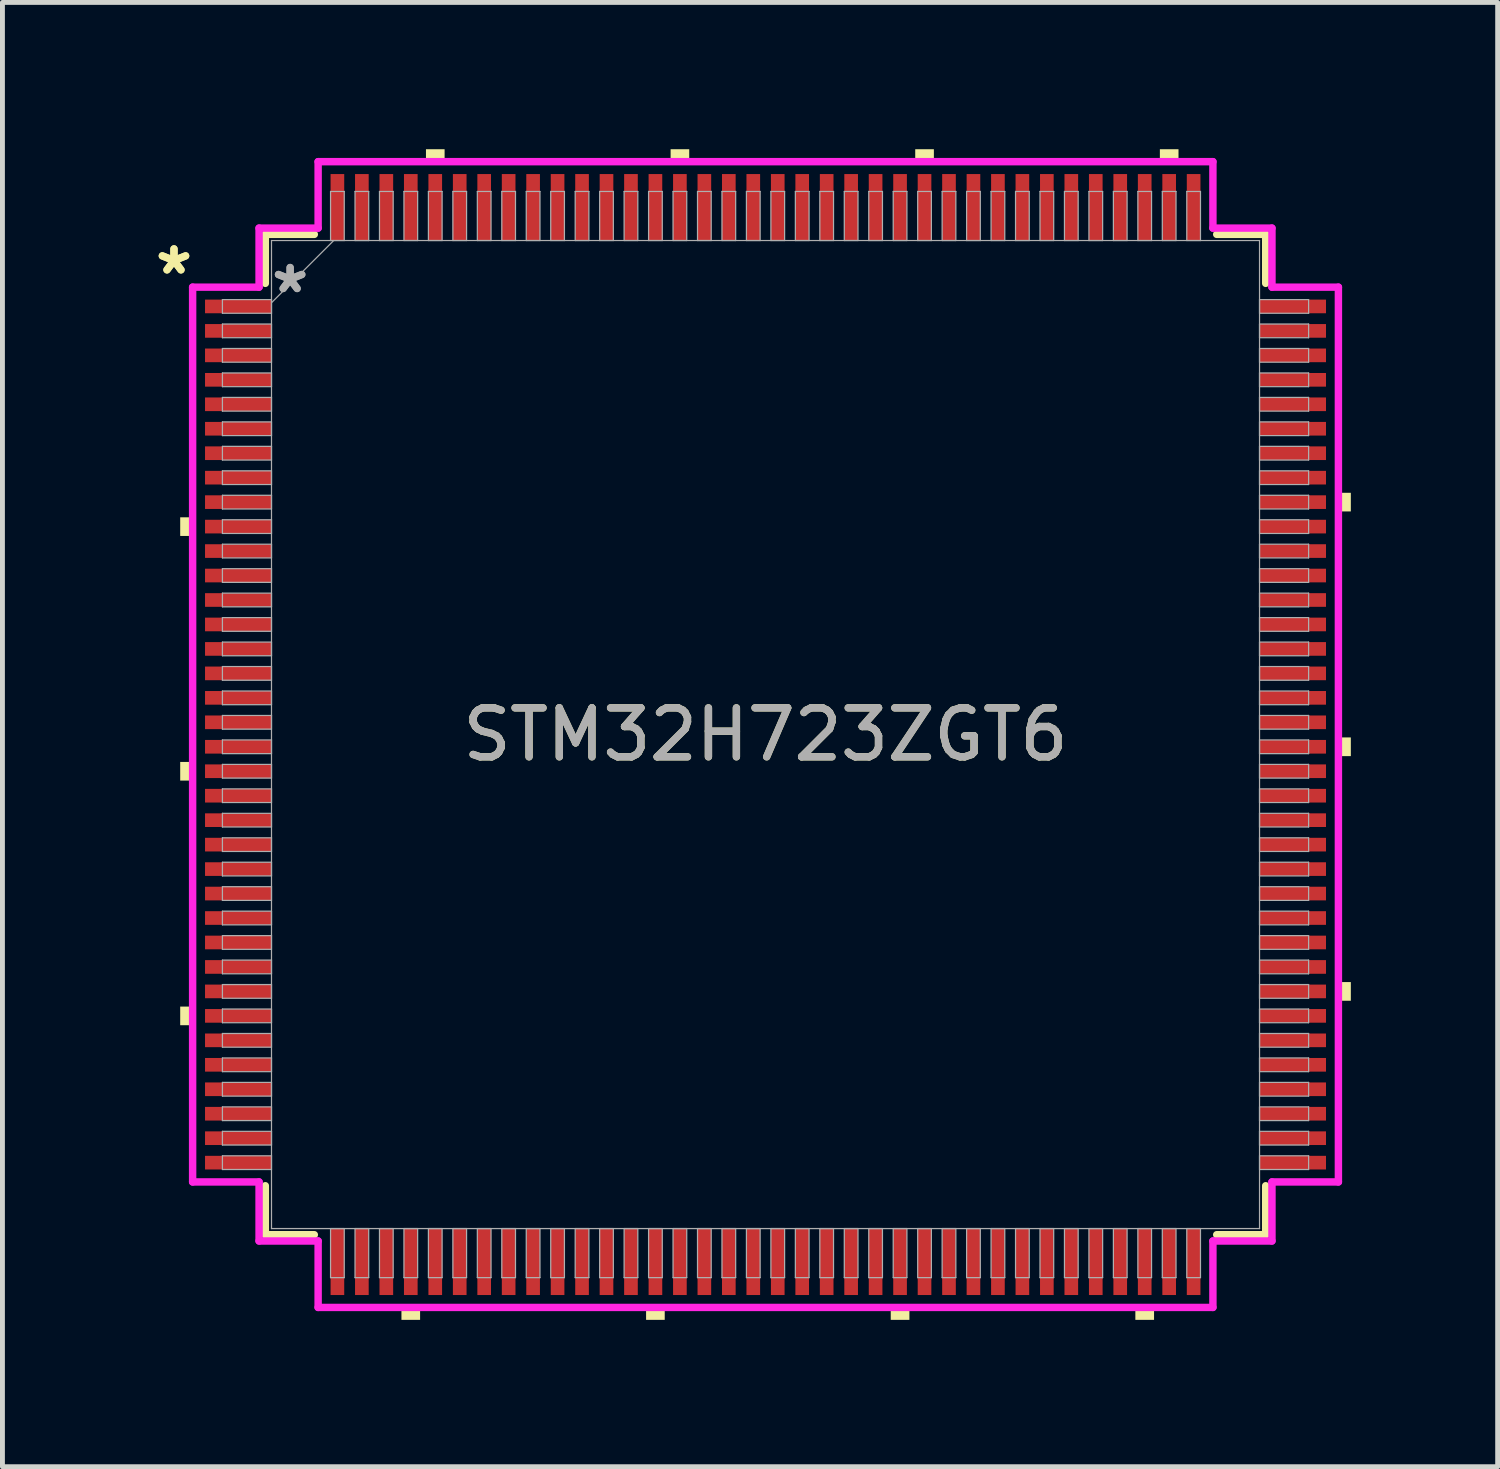
<source format=kicad_pcb>
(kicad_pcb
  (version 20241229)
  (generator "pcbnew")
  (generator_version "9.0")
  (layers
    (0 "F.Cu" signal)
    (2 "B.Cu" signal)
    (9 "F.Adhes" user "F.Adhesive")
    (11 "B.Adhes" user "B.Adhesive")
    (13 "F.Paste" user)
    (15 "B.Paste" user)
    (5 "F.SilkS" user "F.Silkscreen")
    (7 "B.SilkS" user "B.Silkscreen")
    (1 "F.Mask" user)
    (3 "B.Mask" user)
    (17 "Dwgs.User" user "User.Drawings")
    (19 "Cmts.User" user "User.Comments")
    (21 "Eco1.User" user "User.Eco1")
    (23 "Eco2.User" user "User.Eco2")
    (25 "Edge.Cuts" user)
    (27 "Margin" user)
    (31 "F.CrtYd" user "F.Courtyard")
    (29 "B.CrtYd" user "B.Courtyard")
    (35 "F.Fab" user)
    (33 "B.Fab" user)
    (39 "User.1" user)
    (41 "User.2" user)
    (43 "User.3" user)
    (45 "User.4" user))
  (footprint "STM32H723ZGT6"
    (layer "F.Cu")
    (at 12.596 11.963)
    (property "Reference" "STM32H723ZGT6" (at 0 0 0) (unlocked yes) (layer "F.SilkS") (effects (font (size 1 1) (thickness 0.15))))
    (attr smd)
    (fp_line (start -10.223 -10.223) (end -10.223 -9.222) (stroke (width 0.152) (type solid)) (layer "F.SilkS"))
    (fp_line (start -10.223 9.222) (end -10.223 10.223) (stroke (width 0.152) (type solid)) (layer "F.SilkS"))
    (fp_line (start -10.223 10.223) (end -9.222 10.223) (stroke (width 0.152) (type solid)) (layer "F.SilkS"))
    (fp_line (start -9.222 -10.223) (end -10.223 -10.223) (stroke (width 0.152) (type solid)) (layer "F.SilkS"))
    (fp_line (start 9.222 10.223) (end 10.223 10.223) (stroke (width 0.152) (type solid)) (layer "F.SilkS"))
    (fp_line (start 10.223 -10.223) (end 9.222 -10.223) (stroke (width 0.152) (type solid)) (layer "F.SilkS"))
    (fp_line (start 10.223 -9.222) (end 10.223 -10.223) (stroke (width 0.152) (type solid)) (layer "F.SilkS"))
    (fp_line (start 10.223 10.223) (end 10.223 9.222) (stroke (width 0.152) (type solid)) (layer "F.SilkS"))
    (fp_poly (pts (xy -11.963 -4.44) (xy -11.963 -4.059) (xy -11.709 -4.059) (xy -11.709 -4.44)) (stroke (width 0) (type solid)) (fill yes) (layer "F.SilkS"))
    (fp_poly (pts (xy -11.963 0.56) (xy -11.963 0.941) (xy -11.709 0.941) (xy -11.709 0.56)) (stroke (width 0) (type solid)) (fill yes) (layer "F.SilkS"))
    (fp_poly (pts (xy -11.963 5.56) (xy -11.963 5.941) (xy -11.709 5.941) (xy -11.709 5.56)) (stroke (width 0) (type solid)) (fill yes) (layer "F.SilkS"))
    (fp_poly (pts (xy -7.441 11.709) (xy -7.441 11.963) (xy -7.06 11.963) (xy -7.06 11.709)) (stroke (width 0) (type solid)) (fill yes) (layer "F.SilkS"))
    (fp_poly (pts (xy -6.94 -11.709) (xy -6.94 -11.963) (xy -6.559 -11.963) (xy -6.559 -11.709)) (stroke (width 0) (type solid)) (fill yes) (layer "F.SilkS"))
    (fp_poly (pts (xy -2.441 11.709) (xy -2.441 11.963) (xy -2.06 11.963) (xy -2.06 11.709)) (stroke (width 0) (type solid)) (fill yes) (layer "F.SilkS"))
    (fp_poly (pts (xy -1.94 -11.709) (xy -1.94 -11.963) (xy -1.559 -11.963) (xy -1.559 -11.709)) (stroke (width 0) (type solid)) (fill yes) (layer "F.SilkS"))
    (fp_poly (pts (xy 2.559 11.709) (xy 2.559 11.963) (xy 2.941 11.963) (xy 2.941 11.709)) (stroke (width 0) (type solid)) (fill yes) (layer "F.SilkS"))
    (fp_poly (pts (xy 3.06 -11.709) (xy 3.06 -11.963) (xy 3.441 -11.963) (xy 3.441 -11.709)) (stroke (width 0) (type solid)) (fill yes) (layer "F.SilkS"))
    (fp_poly (pts (xy 7.559 11.709) (xy 7.559 11.963) (xy 7.941 11.963) (xy 7.941 11.709)) (stroke (width 0) (type solid)) (fill yes) (layer "F.SilkS"))
    (fp_poly (pts (xy 8.06 -11.709) (xy 8.06 -11.963) (xy 8.441 -11.963) (xy 8.441 -11.709)) (stroke (width 0) (type solid)) (fill yes) (layer "F.SilkS"))
    (fp_poly (pts (xy 11.963 -4.941) (xy 11.963 -4.56) (xy 11.709 -4.56) (xy 11.709 -4.941)) (stroke (width 0) (type solid)) (fill yes) (layer "F.SilkS"))
    (fp_poly (pts (xy 11.963 0.059) (xy 11.963 0.441) (xy 11.709 0.441) (xy 11.709 0.059)) (stroke (width 0) (type solid)) (fill yes) (layer "F.SilkS"))
    (fp_poly (pts (xy 11.963 5.059) (xy 11.963 5.441) (xy 11.709 5.441) (xy 11.709 5.059)) (stroke (width 0) (type solid)) (fill yes) (layer "F.SilkS"))
    (fp_line (start -11.709 -9.144) (end -10.351 -9.144) (stroke (width 0.152) (type solid)) (layer "F.CrtYd"))
    (fp_line (start -11.709 9.144) (end -11.709 -9.144) (stroke (width 0.152) (type solid)) (layer "F.CrtYd"))
    (fp_line (start -10.351 -10.351) (end -9.144 -10.351) (stroke (width 0.152) (type solid)) (layer "F.CrtYd"))
    (fp_line (start -10.351 -9.144) (end -10.351 -10.351) (stroke (width 0.152) (type solid)) (layer "F.CrtYd"))
    (fp_line (start -10.351 9.144) (end -11.709 9.144) (stroke (width 0.152) (type solid)) (layer "F.CrtYd"))
    (fp_line (start -10.351 10.351) (end -10.351 9.144) (stroke (width 0.152) (type solid)) (layer "F.CrtYd"))
    (fp_line (start -10.351 10.351) (end -9.144 10.351) (stroke (width 0.152) (type solid)) (layer "F.CrtYd"))
    (fp_line (start -9.144 -11.709) (end 9.144 -11.709) (stroke (width 0.152) (type solid)) (layer "F.CrtYd"))
    (fp_line (start -9.144 -10.351) (end -9.144 -11.709) (stroke (width 0.152) (type solid)) (layer "F.CrtYd"))
    (fp_line (start -9.144 10.351) (end -9.144 11.709) (stroke (width 0.152) (type solid)) (layer "F.CrtYd"))
    (fp_line (start -9.144 11.709) (end 9.144 11.709) (stroke (width 0.152) (type solid)) (layer "F.CrtYd"))
    (fp_line (start 9.144 -11.709) (end 9.144 -10.351) (stroke (width 0.152) (type solid)) (layer "F.CrtYd"))
    (fp_line (start 9.144 -10.351) (end 10.351 -10.351) (stroke (width 0.152) (type solid)) (layer "F.CrtYd"))
    (fp_line (start 9.144 10.351) (end 10.351 10.351) (stroke (width 0.152) (type solid)) (layer "F.CrtYd"))
    (fp_line (start 9.144 11.709) (end 9.144 10.351) (stroke (width 0.152) (type solid)) (layer "F.CrtYd"))
    (fp_line (start 10.351 -9.144) (end 10.351 -10.351) (stroke (width 0.152) (type solid)) (layer "F.CrtYd"))
    (fp_line (start 10.351 9.144) (end 11.709 9.144) (stroke (width 0.152) (type solid)) (layer "F.CrtYd"))
    (fp_line (start 10.351 10.351) (end 10.351 9.144) (stroke (width 0.152) (type solid)) (layer "F.CrtYd"))
    (fp_line (start 11.709 -9.144) (end 10.351 -9.144) (stroke (width 0.152) (type solid)) (layer "F.CrtYd"))
    (fp_line (start 11.709 9.144) (end 11.709 -9.144) (stroke (width 0.152) (type solid)) (layer "F.CrtYd"))
    (fp_line (start -11.1 -8.89) (end -11.1 -8.61) (stroke (width 0.025) (type solid)) (layer "F.Fab"))
    (fp_line (start -11.1 -8.61) (end -10.097 -8.61) (stroke (width 0.025) (type solid)) (layer "F.Fab"))
    (fp_line (start -11.1 -8.39) (end -11.1 -8.11) (stroke (width 0.025) (type solid)) (layer "F.Fab"))
    (fp_line (start -11.1 -8.11) (end -10.097 -8.11) (stroke (width 0.025) (type solid)) (layer "F.Fab"))
    (fp_line (start -11.1 -7.89) (end -11.1 -7.61) (stroke (width 0.025) (type solid)) (layer "F.Fab"))
    (fp_line (start -11.1 -7.61) (end -10.097 -7.61) (stroke (width 0.025) (type solid)) (layer "F.Fab"))
    (fp_line (start -11.1 -7.39) (end -11.1 -7.11) (stroke (width 0.025) (type solid)) (layer "F.Fab"))
    (fp_line (start -11.1 -7.11) (end -10.097 -7.11) (stroke (width 0.025) (type solid)) (layer "F.Fab"))
    (fp_line (start -11.1 -6.89) (end -11.1 -6.61) (stroke (width 0.025) (type solid)) (layer "F.Fab"))
    (fp_line (start -11.1 -6.61) (end -10.097 -6.61) (stroke (width 0.025) (type solid)) (layer "F.Fab"))
    (fp_line (start -11.1 -6.39) (end -11.1 -6.11) (stroke (width 0.025) (type solid)) (layer "F.Fab"))
    (fp_line (start -11.1 -6.11) (end -10.097 -6.11) (stroke (width 0.025) (type solid)) (layer "F.Fab"))
    (fp_line (start -11.1 -5.89) (end -11.1 -5.61) (stroke (width 0.025) (type solid)) (layer "F.Fab"))
    (fp_line (start -11.1 -5.61) (end -10.097 -5.61) (stroke (width 0.025) (type solid)) (layer "F.Fab"))
    (fp_line (start -11.1 -5.39) (end -11.1 -5.11) (stroke (width 0.025) (type solid)) (layer "F.Fab"))
    (fp_line (start -11.1 -5.11) (end -10.097 -5.11) (stroke (width 0.025) (type solid)) (layer "F.Fab"))
    (fp_line (start -11.1 -4.89) (end -11.1 -4.61) (stroke (width 0.025) (type solid)) (layer "F.Fab"))
    (fp_line (start -11.1 -4.61) (end -10.097 -4.61) (stroke (width 0.025) (type solid)) (layer "F.Fab"))
    (fp_line (start -11.1 -4.39) (end -11.1 -4.11) (stroke (width 0.025) (type solid)) (layer "F.Fab"))
    (fp_line (start -11.1 -4.11) (end -10.097 -4.11) (stroke (width 0.025) (type solid)) (layer "F.Fab"))
    (fp_line (start -11.1 -3.89) (end -11.1 -3.61) (stroke (width 0.025) (type solid)) (layer "F.Fab"))
    (fp_line (start -11.1 -3.61) (end -10.097 -3.61) (stroke (width 0.025) (type solid)) (layer "F.Fab"))
    (fp_line (start -11.1 -3.39) (end -11.1 -3.11) (stroke (width 0.025) (type solid)) (layer "F.Fab"))
    (fp_line (start -11.1 -3.11) (end -10.097 -3.11) (stroke (width 0.025) (type solid)) (layer "F.Fab"))
    (fp_line (start -11.1 -2.89) (end -11.1 -2.61) (stroke (width 0.025) (type solid)) (layer "F.Fab"))
    (fp_line (start -11.1 -2.61) (end -10.097 -2.61) (stroke (width 0.025) (type solid)) (layer "F.Fab"))
    (fp_line (start -11.1 -2.39) (end -11.1 -2.11) (stroke (width 0.025) (type solid)) (layer "F.Fab"))
    (fp_line (start -11.1 -2.11) (end -10.097 -2.11) (stroke (width 0.025) (type solid)) (layer "F.Fab"))
    (fp_line (start -11.1 -1.89) (end -11.1 -1.61) (stroke (width 0.025) (type solid)) (layer "F.Fab"))
    (fp_line (start -11.1 -1.61) (end -10.097 -1.61) (stroke (width 0.025) (type solid)) (layer "F.Fab"))
    (fp_line (start -11.1 -1.39) (end -11.1 -1.11) (stroke (width 0.025) (type solid)) (layer "F.Fab"))
    (fp_line (start -11.1 -1.11) (end -10.097 -1.11) (stroke (width 0.025) (type solid)) (layer "F.Fab"))
    (fp_line (start -11.1 -0.89) (end -11.1 -0.61) (stroke (width 0.025) (type solid)) (layer "F.Fab"))
    (fp_line (start -11.1 -0.61) (end -10.097 -0.61) (stroke (width 0.025) (type solid)) (layer "F.Fab"))
    (fp_line (start -11.1 -0.39) (end -11.1 -0.11) (stroke (width 0.025) (type solid)) (layer "F.Fab"))
    (fp_line (start -11.1 -0.11) (end -10.097 -0.11) (stroke (width 0.025) (type solid)) (layer "F.Fab"))
    (fp_line (start -11.1 0.11) (end -11.1 0.39) (stroke (width 0.025) (type solid)) (layer "F.Fab"))
    (fp_line (start -11.1 0.39) (end -10.097 0.39) (stroke (width 0.025) (type solid)) (layer "F.Fab"))
    (fp_line (start -11.1 0.61) (end -11.1 0.89) (stroke (width 0.025) (type solid)) (layer "F.Fab"))
    (fp_line (start -11.1 0.89) (end -10.097 0.89) (stroke (width 0.025) (type solid)) (layer "F.Fab"))
    (fp_line (start -11.1 1.11) (end -11.1 1.39) (stroke (width 0.025) (type solid)) (layer "F.Fab"))
    (fp_line (start -11.1 1.39) (end -10.097 1.39) (stroke (width 0.025) (type solid)) (layer "F.Fab"))
    (fp_line (start -11.1 1.61) (end -11.1 1.89) (stroke (width 0.025) (type solid)) (layer "F.Fab"))
    (fp_line (start -11.1 1.89) (end -10.097 1.89) (stroke (width 0.025) (type solid)) (layer "F.Fab"))
    (fp_line (start -11.1 2.11) (end -11.1 2.39) (stroke (width 0.025) (type solid)) (layer "F.Fab"))
    (fp_line (start -11.1 2.39) (end -10.097 2.39) (stroke (width 0.025) (type solid)) (layer "F.Fab"))
    (fp_line (start -11.1 2.61) (end -11.1 2.89) (stroke (width 0.025) (type solid)) (layer "F.Fab"))
    (fp_line (start -11.1 2.89) (end -10.097 2.89) (stroke (width 0.025) (type solid)) (layer "F.Fab"))
    (fp_line (start -11.1 3.11) (end -11.1 3.39) (stroke (width 0.025) (type solid)) (layer "F.Fab"))
    (fp_line (start -11.1 3.39) (end -10.097 3.39) (stroke (width 0.025) (type solid)) (layer "F.Fab"))
    (fp_line (start -11.1 3.61) (end -11.1 3.89) (stroke (width 0.025) (type solid)) (layer "F.Fab"))
    (fp_line (start -11.1 3.89) (end -10.097 3.89) (stroke (width 0.025) (type solid)) (layer "F.Fab"))
    (fp_line (start -11.1 4.11) (end -11.1 4.39) (stroke (width 0.025) (type solid)) (layer "F.Fab"))
    (fp_line (start -11.1 4.39) (end -10.097 4.39) (stroke (width 0.025) (type solid)) (layer "F.Fab"))
    (fp_line (start -11.1 4.61) (end -11.1 4.89) (stroke (width 0.025) (type solid)) (layer "F.Fab"))
    (fp_line (start -11.1 4.89) (end -10.097 4.89) (stroke (width 0.025) (type solid)) (layer "F.Fab"))
    (fp_line (start -11.1 5.11) (end -11.1 5.39) (stroke (width 0.025) (type solid)) (layer "F.Fab"))
    (fp_line (start -11.1 5.39) (end -10.097 5.39) (stroke (width 0.025) (type solid)) (layer "F.Fab"))
    (fp_line (start -11.1 5.61) (end -11.1 5.89) (stroke (width 0.025) (type solid)) (layer "F.Fab"))
    (fp_line (start -11.1 5.89) (end -10.097 5.89) (stroke (width 0.025) (type solid)) (layer "F.Fab"))
    (fp_line (start -11.1 6.11) (end -11.1 6.39) (stroke (width 0.025) (type solid)) (layer "F.Fab"))
    (fp_line (start -11.1 6.39) (end -10.097 6.39) (stroke (width 0.025) (type solid)) (layer "F.Fab"))
    (fp_line (start -11.1 6.61) (end -11.1 6.89) (stroke (width 0.025) (type solid)) (layer "F.Fab"))
    (fp_line (start -11.1 6.89) (end -10.097 6.89) (stroke (width 0.025) (type solid)) (layer "F.Fab"))
    (fp_line (start -11.1 7.11) (end -11.1 7.39) (stroke (width 0.025) (type solid)) (layer "F.Fab"))
    (fp_line (start -11.1 7.39) (end -10.097 7.39) (stroke (width 0.025) (type solid)) (layer "F.Fab"))
    (fp_line (start -11.1 7.61) (end -11.1 7.89) (stroke (width 0.025) (type solid)) (layer "F.Fab"))
    (fp_line (start -11.1 7.89) (end -10.097 7.89) (stroke (width 0.025) (type solid)) (layer "F.Fab"))
    (fp_line (start -11.1 8.11) (end -11.1 8.39) (stroke (width 0.025) (type solid)) (layer "F.Fab"))
    (fp_line (start -11.1 8.39) (end -10.097 8.39) (stroke (width 0.025) (type solid)) (layer "F.Fab"))
    (fp_line (start -11.1 8.61) (end -11.1 8.89) (stroke (width 0.025) (type solid)) (layer "F.Fab"))
    (fp_line (start -11.1 8.89) (end -10.097 8.89) (stroke (width 0.025) (type solid)) (layer "F.Fab"))
    (fp_line (start -10.097 -10.097) (end -10.097 -10.097) (stroke (width 0.025) (type solid)) (layer "F.Fab"))
    (fp_line (start -10.097 -10.097) (end -10.097 10.097) (stroke (width 0.025) (type solid)) (layer "F.Fab"))
    (fp_line (start -10.097 -8.89) (end -11.1 -8.89) (stroke (width 0.025) (type solid)) (layer "F.Fab"))
    (fp_line (start -10.097 -8.826) (end -8.826 -10.097) (stroke (width 0.025) (type solid)) (layer "F.Fab"))
    (fp_line (start -10.097 -8.61) (end -10.097 -8.89) (stroke (width 0.025) (type solid)) (layer "F.Fab"))
    (fp_line (start -10.097 -8.39) (end -11.1 -8.39) (stroke (width 0.025) (type solid)) (layer "F.Fab"))
    (fp_line (start -10.097 -8.11) (end -10.097 -8.39) (stroke (width 0.025) (type solid)) (layer "F.Fab"))
    (fp_line (start -10.097 -7.89) (end -11.1 -7.89) (stroke (width 0.025) (type solid)) (layer "F.Fab"))
    (fp_line (start -10.097 -7.61) (end -10.097 -7.89) (stroke (width 0.025) (type solid)) (layer "F.Fab"))
    (fp_line (start -10.097 -7.39) (end -11.1 -7.39) (stroke (width 0.025) (type solid)) (layer "F.Fab"))
    (fp_line (start -10.097 -7.11) (end -10.097 -7.39) (stroke (width 0.025) (type solid)) (layer "F.Fab"))
    (fp_line (start -10.097 -6.89) (end -11.1 -6.89) (stroke (width 0.025) (type solid)) (layer "F.Fab"))
    (fp_line (start -10.097 -6.61) (end -10.097 -6.89) (stroke (width 0.025) (type solid)) (layer "F.Fab"))
    (fp_line (start -10.097 -6.39) (end -11.1 -6.39) (stroke (width 0.025) (type solid)) (layer "F.Fab"))
    (fp_line (start -10.097 -6.11) (end -10.097 -6.39) (stroke (width 0.025) (type solid)) (layer "F.Fab"))
    (fp_line (start -10.097 -5.89) (end -11.1 -5.89) (stroke (width 0.025) (type solid)) (layer "F.Fab"))
    (fp_line (start -10.097 -5.61) (end -10.097 -5.89) (stroke (width 0.025) (type solid)) (layer "F.Fab"))
    (fp_line (start -10.097 -5.39) (end -11.1 -5.39) (stroke (width 0.025) (type solid)) (layer "F.Fab"))
    (fp_line (start -10.097 -5.11) (end -10.097 -5.39) (stroke (width 0.025) (type solid)) (layer "F.Fab"))
    (fp_line (start -10.097 -4.89) (end -11.1 -4.89) (stroke (width 0.025) (type solid)) (layer "F.Fab"))
    (fp_line (start -10.097 -4.61) (end -10.097 -4.89) (stroke (width 0.025) (type solid)) (layer "F.Fab"))
    (fp_line (start -10.097 -4.39) (end -11.1 -4.39) (stroke (width 0.025) (type solid)) (layer "F.Fab"))
    (fp_line (start -10.097 -4.11) (end -10.097 -4.39) (stroke (width 0.025) (type solid)) (layer "F.Fab"))
    (fp_line (start -10.097 -3.89) (end -11.1 -3.89) (stroke (width 0.025) (type solid)) (layer "F.Fab"))
    (fp_line (start -10.097 -3.61) (end -10.097 -3.89) (stroke (width 0.025) (type solid)) (layer "F.Fab"))
    (fp_line (start -10.097 -3.39) (end -11.1 -3.39) (stroke (width 0.025) (type solid)) (layer "F.Fab"))
    (fp_line (start -10.097 -3.11) (end -10.097 -3.39) (stroke (width 0.025) (type solid)) (layer "F.Fab"))
    (fp_line (start -10.097 -2.89) (end -11.1 -2.89) (stroke (width 0.025) (type solid)) (layer "F.Fab"))
    (fp_line (start -10.097 -2.61) (end -10.097 -2.89) (stroke (width 0.025) (type solid)) (layer "F.Fab"))
    (fp_line (start -10.097 -2.39) (end -11.1 -2.39) (stroke (width 0.025) (type solid)) (layer "F.Fab"))
    (fp_line (start -10.097 -2.11) (end -10.097 -2.39) (stroke (width 0.025) (type solid)) (layer "F.Fab"))
    (fp_line (start -10.097 -1.89) (end -11.1 -1.89) (stroke (width 0.025) (type solid)) (layer "F.Fab"))
    (fp_line (start -10.097 -1.61) (end -10.097 -1.89) (stroke (width 0.025) (type solid)) (layer "F.Fab"))
    (fp_line (start -10.097 -1.39) (end -11.1 -1.39) (stroke (width 0.025) (type solid)) (layer "F.Fab"))
    (fp_line (start -10.097 -1.11) (end -10.097 -1.39) (stroke (width 0.025) (type solid)) (layer "F.Fab"))
    (fp_line (start -10.097 -0.89) (end -11.1 -0.89) (stroke (width 0.025) (type solid)) (layer "F.Fab"))
    (fp_line (start -10.097 -0.61) (end -10.097 -0.89) (stroke (width 0.025) (type solid)) (layer "F.Fab"))
    (fp_line (start -10.097 -0.39) (end -11.1 -0.39) (stroke (width 0.025) (type solid)) (layer "F.Fab"))
    (fp_line (start -10.097 -0.11) (end -10.097 -0.39) (stroke (width 0.025) (type solid)) (layer "F.Fab"))
    (fp_line (start -10.097 0.11) (end -11.1 0.11) (stroke (width 0.025) (type solid)) (layer "F.Fab"))
    (fp_line (start -10.097 0.39) (end -10.097 0.11) (stroke (width 0.025) (type solid)) (layer "F.Fab"))
    (fp_line (start -10.097 0.61) (end -11.1 0.61) (stroke (width 0.025) (type solid)) (layer "F.Fab"))
    (fp_line (start -10.097 0.89) (end -10.097 0.61) (stroke (width 0.025) (type solid)) (layer "F.Fab"))
    (fp_line (start -10.097 1.11) (end -11.1 1.11) (stroke (width 0.025) (type solid)) (layer "F.Fab"))
    (fp_line (start -10.097 1.39) (end -10.097 1.11) (stroke (width 0.025) (type solid)) (layer "F.Fab"))
    (fp_line (start -10.097 1.61) (end -11.1 1.61) (stroke (width 0.025) (type solid)) (layer "F.Fab"))
    (fp_line (start -10.097 1.89) (end -10.097 1.61) (stroke (width 0.025) (type solid)) (layer "F.Fab"))
    (fp_line (start -10.097 2.11) (end -11.1 2.11) (stroke (width 0.025) (type solid)) (layer "F.Fab"))
    (fp_line (start -10.097 2.39) (end -10.097 2.11) (stroke (width 0.025) (type solid)) (layer "F.Fab"))
    (fp_line (start -10.097 2.61) (end -11.1 2.61) (stroke (width 0.025) (type solid)) (layer "F.Fab"))
    (fp_line (start -10.097 2.89) (end -10.097 2.61) (stroke (width 0.025) (type solid)) (layer "F.Fab"))
    (fp_line (start -10.097 3.11) (end -11.1 3.11) (stroke (width 0.025) (type solid)) (layer "F.Fab"))
    (fp_line (start -10.097 3.39) (end -10.097 3.11) (stroke (width 0.025) (type solid)) (layer "F.Fab"))
    (fp_line (start -10.097 3.61) (end -11.1 3.61) (stroke (width 0.025) (type solid)) (layer "F.Fab"))
    (fp_line (start -10.097 3.89) (end -10.097 3.61) (stroke (width 0.025) (type solid)) (layer "F.Fab"))
    (fp_line (start -10.097 4.11) (end -11.1 4.11) (stroke (width 0.025) (type solid)) (layer "F.Fab"))
    (fp_line (start -10.097 4.39) (end -10.097 4.11) (stroke (width 0.025) (type solid)) (layer "F.Fab"))
    (fp_line (start -10.097 4.61) (end -11.1 4.61) (stroke (width 0.025) (type solid)) (layer "F.Fab"))
    (fp_line (start -10.097 4.89) (end -10.097 4.61) (stroke (width 0.025) (type solid)) (layer "F.Fab"))
    (fp_line (start -10.097 5.11) (end -11.1 5.11) (stroke (width 0.025) (type solid)) (layer "F.Fab"))
    (fp_line (start -10.097 5.39) (end -10.097 5.11) (stroke (width 0.025) (type solid)) (layer "F.Fab"))
    (fp_line (start -10.097 5.61) (end -11.1 5.61) (stroke (width 0.025) (type solid)) (layer "F.Fab"))
    (fp_line (start -10.097 5.89) (end -10.097 5.61) (stroke (width 0.025) (type solid)) (layer "F.Fab"))
    (fp_line (start -10.097 6.11) (end -11.1 6.11) (stroke (width 0.025) (type solid)) (layer "F.Fab"))
    (fp_line (start -10.097 6.39) (end -10.097 6.11) (stroke (width 0.025) (type solid)) (layer "F.Fab"))
    (fp_line (start -10.097 6.61) (end -11.1 6.61) (stroke (width 0.025) (type solid)) (layer "F.Fab"))
    (fp_line (start -10.097 6.89) (end -10.097 6.61) (stroke (width 0.025) (type solid)) (layer "F.Fab"))
    (fp_line (start -10.097 7.11) (end -11.1 7.11) (stroke (width 0.025) (type solid)) (layer "F.Fab"))
    (fp_line (start -10.097 7.39) (end -10.097 7.11) (stroke (width 0.025) (type solid)) (layer "F.Fab"))
    (fp_line (start -10.097 7.61) (end -11.1 7.61) (stroke (width 0.025) (type solid)) (layer "F.Fab"))
    (fp_line (start -10.097 7.89) (end -10.097 7.61) (stroke (width 0.025) (type solid)) (layer "F.Fab"))
    (fp_line (start -10.097 8.11) (end -11.1 8.11) (stroke (width 0.025) (type solid)) (layer "F.Fab"))
    (fp_line (start -10.097 8.39) (end -10.097 8.11) (stroke (width 0.025) (type solid)) (layer "F.Fab"))
    (fp_line (start -10.097 8.61) (end -11.1 8.61) (stroke (width 0.025) (type solid)) (layer "F.Fab"))
    (fp_line (start -10.097 8.89) (end -10.097 8.61) (stroke (width 0.025) (type solid)) (layer "F.Fab"))
    (fp_line (start -10.097 10.097) (end -10.097 10.097) (stroke (width 0.025) (type solid)) (layer "F.Fab"))
    (fp_line (start -10.097 10.097) (end 10.097 10.097) (stroke (width 0.025) (type solid)) (layer "F.Fab"))
    (fp_line (start -8.89 -11.1) (end -8.89 -10.097) (stroke (width 0.025) (type solid)) (layer "F.Fab"))
    (fp_line (start -8.89 -10.097) (end -8.61 -10.097) (stroke (width 0.025) (type solid)) (layer "F.Fab"))
    (fp_line (start -8.89 10.097) (end -8.89 11.1) (stroke (width 0.025) (type solid)) (layer "F.Fab"))
    (fp_line (start -8.89 11.1) (end -8.61 11.1) (stroke (width 0.025) (type solid)) (layer "F.Fab"))
    (fp_line (start -8.61 -11.1) (end -8.89 -11.1) (stroke (width 0.025) (type solid)) (layer "F.Fab"))
    (fp_line (start -8.61 -10.097) (end -8.61 -11.1) (stroke (width 0.025) (type solid)) (layer "F.Fab"))
    (fp_line (start -8.61 10.097) (end -8.89 10.097) (stroke (width 0.025) (type solid)) (layer "F.Fab"))
    (fp_line (start -8.61 11.1) (end -8.61 10.097) (stroke (width 0.025) (type solid)) (layer "F.Fab"))
    (fp_line (start -8.39 -11.1) (end -8.39 -10.097) (stroke (width 0.025) (type solid)) (layer "F.Fab"))
    (fp_line (start -8.39 -10.097) (end -8.11 -10.097) (stroke (width 0.025) (type solid)) (layer "F.Fab"))
    (fp_line (start -8.39 10.097) (end -8.39 11.1) (stroke (width 0.025) (type solid)) (layer "F.Fab"))
    (fp_line (start -8.39 11.1) (end -8.11 11.1) (stroke (width 0.025) (type solid)) (layer "F.Fab"))
    (fp_line (start -8.11 -11.1) (end -8.39 -11.1) (stroke (width 0.025) (type solid)) (layer "F.Fab"))
    (fp_line (start -8.11 -10.097) (end -8.11 -11.1) (stroke (width 0.025) (type solid)) (layer "F.Fab"))
    (fp_line (start -8.11 10.097) (end -8.39 10.097) (stroke (width 0.025) (type solid)) (layer "F.Fab"))
    (fp_line (start -8.11 11.1) (end -8.11 10.097) (stroke (width 0.025) (type solid)) (layer "F.Fab"))
    (fp_line (start -7.89 -11.1) (end -7.89 -10.097) (stroke (width 0.025) (type solid)) (layer "F.Fab"))
    (fp_line (start -7.89 -10.097) (end -7.61 -10.097) (stroke (width 0.025) (type solid)) (layer "F.Fab"))
    (fp_line (start -7.89 10.097) (end -7.89 11.1) (stroke (width 0.025) (type solid)) (layer "F.Fab"))
    (fp_line (start -7.89 11.1) (end -7.61 11.1) (stroke (width 0.025) (type solid)) (layer "F.Fab"))
    (fp_line (start -7.61 -11.1) (end -7.89 -11.1) (stroke (width 0.025) (type solid)) (layer "F.Fab"))
    (fp_line (start -7.61 -10.097) (end -7.61 -11.1) (stroke (width 0.025) (type solid)) (layer "F.Fab"))
    (fp_line (start -7.61 10.097) (end -7.89 10.097) (stroke (width 0.025) (type solid)) (layer "F.Fab"))
    (fp_line (start -7.61 11.1) (end -7.61 10.097) (stroke (width 0.025) (type solid)) (layer "F.Fab"))
    (fp_line (start -7.39 -11.1) (end -7.39 -10.097) (stroke (width 0.025) (type solid)) (layer "F.Fab"))
    (fp_line (start -7.39 -10.097) (end -7.11 -10.097) (stroke (width 0.025) (type solid)) (layer "F.Fab"))
    (fp_line (start -7.39 10.097) (end -7.39 11.1) (stroke (width 0.025) (type solid)) (layer "F.Fab"))
    (fp_line (start -7.39 11.1) (end -7.11 11.1) (stroke (width 0.025) (type solid)) (layer "F.Fab"))
    (fp_line (start -7.11 -11.1) (end -7.39 -11.1) (stroke (width 0.025) (type solid)) (layer "F.Fab"))
    (fp_line (start -7.11 -10.097) (end -7.11 -11.1) (stroke (width 0.025) (type solid)) (layer "F.Fab"))
    (fp_line (start -7.11 10.097) (end -7.39 10.097) (stroke (width 0.025) (type solid)) (layer "F.Fab"))
    (fp_line (start -7.11 11.1) (end -7.11 10.097) (stroke (width 0.025) (type solid)) (layer "F.Fab"))
    (fp_line (start -6.89 -11.1) (end -6.89 -10.097) (stroke (width 0.025) (type solid)) (layer "F.Fab"))
    (fp_line (start -6.89 -10.097) (end -6.61 -10.097) (stroke (width 0.025) (type solid)) (layer "F.Fab"))
    (fp_line (start -6.89 10.097) (end -6.89 11.1) (stroke (width 0.025) (type solid)) (layer "F.Fab"))
    (fp_line (start -6.89 11.1) (end -6.61 11.1) (stroke (width 0.025) (type solid)) (layer "F.Fab"))
    (fp_line (start -6.61 -11.1) (end -6.89 -11.1) (stroke (width 0.025) (type solid)) (layer "F.Fab"))
    (fp_line (start -6.61 -10.097) (end -6.61 -11.1) (stroke (width 0.025) (type solid)) (layer "F.Fab"))
    (fp_line (start -6.61 10.097) (end -6.89 10.097) (stroke (width 0.025) (type solid)) (layer "F.Fab"))
    (fp_line (start -6.61 11.1) (end -6.61 10.097) (stroke (width 0.025) (type solid)) (layer "F.Fab"))
    (fp_line (start -6.39 -11.1) (end -6.39 -10.097) (stroke (width 0.025) (type solid)) (layer "F.Fab"))
    (fp_line (start -6.39 -10.097) (end -6.11 -10.097) (stroke (width 0.025) (type solid)) (layer "F.Fab"))
    (fp_line (start -6.39 10.097) (end -6.39 11.1) (stroke (width 0.025) (type solid)) (layer "F.Fab"))
    (fp_line (start -6.39 11.1) (end -6.11 11.1) (stroke (width 0.025) (type solid)) (layer "F.Fab"))
    (fp_line (start -6.11 -11.1) (end -6.39 -11.1) (stroke (width 0.025) (type solid)) (layer "F.Fab"))
    (fp_line (start -6.11 -10.097) (end -6.11 -11.1) (stroke (width 0.025) (type solid)) (layer "F.Fab"))
    (fp_line (start -6.11 10.097) (end -6.39 10.097) (stroke (width 0.025) (type solid)) (layer "F.Fab"))
    (fp_line (start -6.11 11.1) (end -6.11 10.097) (stroke (width 0.025) (type solid)) (layer "F.Fab"))
    (fp_line (start -5.89 -11.1) (end -5.89 -10.097) (stroke (width 0.025) (type solid)) (layer "F.Fab"))
    (fp_line (start -5.89 -10.097) (end -5.61 -10.097) (stroke (width 0.025) (type solid)) (layer "F.Fab"))
    (fp_line (start -5.89 10.097) (end -5.89 11.1) (stroke (width 0.025) (type solid)) (layer "F.Fab"))
    (fp_line (start -5.89 11.1) (end -5.61 11.1) (stroke (width 0.025) (type solid)) (layer "F.Fab"))
    (fp_line (start -5.61 -11.1) (end -5.89 -11.1) (stroke (width 0.025) (type solid)) (layer "F.Fab"))
    (fp_line (start -5.61 -10.097) (end -5.61 -11.1) (stroke (width 0.025) (type solid)) (layer "F.Fab"))
    (fp_line (start -5.61 10.097) (end -5.89 10.097) (stroke (width 0.025) (type solid)) (layer "F.Fab"))
    (fp_line (start -5.61 11.1) (end -5.61 10.097) (stroke (width 0.025) (type solid)) (layer "F.Fab"))
    (fp_line (start -5.39 -11.1) (end -5.39 -10.097) (stroke (width 0.025) (type solid)) (layer "F.Fab"))
    (fp_line (start -5.39 -10.097) (end -5.11 -10.097) (stroke (width 0.025) (type solid)) (layer "F.Fab"))
    (fp_line (start -5.39 10.097) (end -5.39 11.1) (stroke (width 0.025) (type solid)) (layer "F.Fab"))
    (fp_line (start -5.39 11.1) (end -5.11 11.1) (stroke (width 0.025) (type solid)) (layer "F.Fab"))
    (fp_line (start -5.11 -11.1) (end -5.39 -11.1) (stroke (width 0.025) (type solid)) (layer "F.Fab"))
    (fp_line (start -5.11 -10.097) (end -5.11 -11.1) (stroke (width 0.025) (type solid)) (layer "F.Fab"))
    (fp_line (start -5.11 10.097) (end -5.39 10.097) (stroke (width 0.025) (type solid)) (layer "F.Fab"))
    (fp_line (start -5.11 11.1) (end -5.11 10.097) (stroke (width 0.025) (type solid)) (layer "F.Fab"))
    (fp_line (start -4.89 -11.1) (end -4.89 -10.097) (stroke (width 0.025) (type solid)) (layer "F.Fab"))
    (fp_line (start -4.89 -10.097) (end -4.61 -10.097) (stroke (width 0.025) (type solid)) (layer "F.Fab"))
    (fp_line (start -4.89 10.097) (end -4.89 11.1) (stroke (width 0.025) (type solid)) (layer "F.Fab"))
    (fp_line (start -4.89 11.1) (end -4.61 11.1) (stroke (width 0.025) (type solid)) (layer "F.Fab"))
    (fp_line (start -4.61 -11.1) (end -4.89 -11.1) (stroke (width 0.025) (type solid)) (layer "F.Fab"))
    (fp_line (start -4.61 -10.097) (end -4.61 -11.1) (stroke (width 0.025) (type solid)) (layer "F.Fab"))
    (fp_line (start -4.61 10.097) (end -4.89 10.097) (stroke (width 0.025) (type solid)) (layer "F.Fab"))
    (fp_line (start -4.61 11.1) (end -4.61 10.097) (stroke (width 0.025) (type solid)) (layer "F.Fab"))
    (fp_line (start -4.39 -11.1) (end -4.39 -10.097) (stroke (width 0.025) (type solid)) (layer "F.Fab"))
    (fp_line (start -4.39 -10.097) (end -4.11 -10.097) (stroke (width 0.025) (type solid)) (layer "F.Fab"))
    (fp_line (start -4.39 10.097) (end -4.39 11.1) (stroke (width 0.025) (type solid)) (layer "F.Fab"))
    (fp_line (start -4.39 11.1) (end -4.11 11.1) (stroke (width 0.025) (type solid)) (layer "F.Fab"))
    (fp_line (start -4.11 -11.1) (end -4.39 -11.1) (stroke (width 0.025) (type solid)) (layer "F.Fab"))
    (fp_line (start -4.11 -10.097) (end -4.11 -11.1) (stroke (width 0.025) (type solid)) (layer "F.Fab"))
    (fp_line (start -4.11 10.097) (end -4.39 10.097) (stroke (width 0.025) (type solid)) (layer "F.Fab"))
    (fp_line (start -4.11 11.1) (end -4.11 10.097) (stroke (width 0.025) (type solid)) (layer "F.Fab"))
    (fp_line (start -3.89 -11.1) (end -3.89 -10.097) (stroke (width 0.025) (type solid)) (layer "F.Fab"))
    (fp_line (start -3.89 -10.097) (end -3.61 -10.097) (stroke (width 0.025) (type solid)) (layer "F.Fab"))
    (fp_line (start -3.89 10.097) (end -3.89 11.1) (stroke (width 0.025) (type solid)) (layer "F.Fab"))
    (fp_line (start -3.89 11.1) (end -3.61 11.1) (stroke (width 0.025) (type solid)) (layer "F.Fab"))
    (fp_line (start -3.61 -11.1) (end -3.89 -11.1) (stroke (width 0.025) (type solid)) (layer "F.Fab"))
    (fp_line (start -3.61 -10.097) (end -3.61 -11.1) (stroke (width 0.025) (type solid)) (layer "F.Fab"))
    (fp_line (start -3.61 10.097) (end -3.89 10.097) (stroke (width 0.025) (type solid)) (layer "F.Fab"))
    (fp_line (start -3.61 11.1) (end -3.61 10.097) (stroke (width 0.025) (type solid)) (layer "F.Fab"))
    (fp_line (start -3.39 -11.1) (end -3.39 -10.097) (stroke (width 0.025) (type solid)) (layer "F.Fab"))
    (fp_line (start -3.39 -10.097) (end -3.11 -10.097) (stroke (width 0.025) (type solid)) (layer "F.Fab"))
    (fp_line (start -3.39 10.097) (end -3.39 11.1) (stroke (width 0.025) (type solid)) (layer "F.Fab"))
    (fp_line (start -3.39 11.1) (end -3.11 11.1) (stroke (width 0.025) (type solid)) (layer "F.Fab"))
    (fp_line (start -3.11 -11.1) (end -3.39 -11.1) (stroke (width 0.025) (type solid)) (layer "F.Fab"))
    (fp_line (start -3.11 -10.097) (end -3.11 -11.1) (stroke (width 0.025) (type solid)) (layer "F.Fab"))
    (fp_line (start -3.11 10.097) (end -3.39 10.097) (stroke (width 0.025) (type solid)) (layer "F.Fab"))
    (fp_line (start -3.11 11.1) (end -3.11 10.097) (stroke (width 0.025) (type solid)) (layer "F.Fab"))
    (fp_line (start -2.89 -11.1) (end -2.89 -10.097) (stroke (width 0.025) (type solid)) (layer "F.Fab"))
    (fp_line (start -2.89 -10.097) (end -2.61 -10.097) (stroke (width 0.025) (type solid)) (layer "F.Fab"))
    (fp_line (start -2.89 10.097) (end -2.89 11.1) (stroke (width 0.025) (type solid)) (layer "F.Fab"))
    (fp_line (start -2.89 11.1) (end -2.61 11.1) (stroke (width 0.025) (type solid)) (layer "F.Fab"))
    (fp_line (start -2.61 -11.1) (end -2.89 -11.1) (stroke (width 0.025) (type solid)) (layer "F.Fab"))
    (fp_line (start -2.61 -10.097) (end -2.61 -11.1) (stroke (width 0.025) (type solid)) (layer "F.Fab"))
    (fp_line (start -2.61 10.097) (end -2.89 10.097) (stroke (width 0.025) (type solid)) (layer "F.Fab"))
    (fp_line (start -2.61 11.1) (end -2.61 10.097) (stroke (width 0.025) (type solid)) (layer "F.Fab"))
    (fp_line (start -2.39 -11.1) (end -2.39 -10.097) (stroke (width 0.025) (type solid)) (layer "F.Fab"))
    (fp_line (start -2.39 -10.097) (end -2.11 -10.097) (stroke (width 0.025) (type solid)) (layer "F.Fab"))
    (fp_line (start -2.39 10.097) (end -2.39 11.1) (stroke (width 0.025) (type solid)) (layer "F.Fab"))
    (fp_line (start -2.39 11.1) (end -2.11 11.1) (stroke (width 0.025) (type solid)) (layer "F.Fab"))
    (fp_line (start -2.11 -11.1) (end -2.39 -11.1) (stroke (width 0.025) (type solid)) (layer "F.Fab"))
    (fp_line (start -2.11 -10.097) (end -2.11 -11.1) (stroke (width 0.025) (type solid)) (layer "F.Fab"))
    (fp_line (start -2.11 10.097) (end -2.39 10.097) (stroke (width 0.025) (type solid)) (layer "F.Fab"))
    (fp_line (start -2.11 11.1) (end -2.11 10.097) (stroke (width 0.025) (type solid)) (layer "F.Fab"))
    (fp_line (start -1.89 -11.1) (end -1.89 -10.097) (stroke (width 0.025) (type solid)) (layer "F.Fab"))
    (fp_line (start -1.89 -10.097) (end -1.61 -10.097) (stroke (width 0.025) (type solid)) (layer "F.Fab"))
    (fp_line (start -1.89 10.097) (end -1.89 11.1) (stroke (width 0.025) (type solid)) (layer "F.Fab"))
    (fp_line (start -1.89 11.1) (end -1.61 11.1) (stroke (width 0.025) (type solid)) (layer "F.Fab"))
    (fp_line (start -1.61 -11.1) (end -1.89 -11.1) (stroke (width 0.025) (type solid)) (layer "F.Fab"))
    (fp_line (start -1.61 -10.097) (end -1.61 -11.1) (stroke (width 0.025) (type solid)) (layer "F.Fab"))
    (fp_line (start -1.61 10.097) (end -1.89 10.097) (stroke (width 0.025) (type solid)) (layer "F.Fab"))
    (fp_line (start -1.61 11.1) (end -1.61 10.097) (stroke (width 0.025) (type solid)) (layer "F.Fab"))
    (fp_line (start -1.39 -11.1) (end -1.39 -10.097) (stroke (width 0.025) (type solid)) (layer "F.Fab"))
    (fp_line (start -1.39 -10.097) (end -1.11 -10.097) (stroke (width 0.025) (type solid)) (layer "F.Fab"))
    (fp_line (start -1.39 10.097) (end -1.39 11.1) (stroke (width 0.025) (type solid)) (layer "F.Fab"))
    (fp_line (start -1.39 11.1) (end -1.11 11.1) (stroke (width 0.025) (type solid)) (layer "F.Fab"))
    (fp_line (start -1.11 -11.1) (end -1.39 -11.1) (stroke (width 0.025) (type solid)) (layer "F.Fab"))
    (fp_line (start -1.11 -10.097) (end -1.11 -11.1) (stroke (width 0.025) (type solid)) (layer "F.Fab"))
    (fp_line (start -1.11 10.097) (end -1.39 10.097) (stroke (width 0.025) (type solid)) (layer "F.Fab"))
    (fp_line (start -1.11 11.1) (end -1.11 10.097) (stroke (width 0.025) (type solid)) (layer "F.Fab"))
    (fp_line (start -0.89 -11.1) (end -0.89 -10.097) (stroke (width 0.025) (type solid)) (layer "F.Fab"))
    (fp_line (start -0.89 -10.097) (end -0.61 -10.097) (stroke (width 0.025) (type solid)) (layer "F.Fab"))
    (fp_line (start -0.89 10.097) (end -0.89 11.1) (stroke (width 0.025) (type solid)) (layer "F.Fab"))
    (fp_line (start -0.89 11.1) (end -0.61 11.1) (stroke (width 0.025) (type solid)) (layer "F.Fab"))
    (fp_line (start -0.61 -11.1) (end -0.89 -11.1) (stroke (width 0.025) (type solid)) (layer "F.Fab"))
    (fp_line (start -0.61 -10.097) (end -0.61 -11.1) (stroke (width 0.025) (type solid)) (layer "F.Fab"))
    (fp_line (start -0.61 10.097) (end -0.89 10.097) (stroke (width 0.025) (type solid)) (layer "F.Fab"))
    (fp_line (start -0.61 11.1) (end -0.61 10.097) (stroke (width 0.025) (type solid)) (layer "F.Fab"))
    (fp_line (start -0.39 -11.1) (end -0.39 -10.097) (stroke (width 0.025) (type solid)) (layer "F.Fab"))
    (fp_line (start -0.39 -10.097) (end -0.11 -10.097) (stroke (width 0.025) (type solid)) (layer "F.Fab"))
    (fp_line (start -0.39 10.097) (end -0.39 11.1) (stroke (width 0.025) (type solid)) (layer "F.Fab"))
    (fp_line (start -0.39 11.1) (end -0.11 11.1) (stroke (width 0.025) (type solid)) (layer "F.Fab"))
    (fp_line (start -0.11 -11.1) (end -0.39 -11.1) (stroke (width 0.025) (type solid)) (layer "F.Fab"))
    (fp_line (start -0.11 -10.097) (end -0.11 -11.1) (stroke (width 0.025) (type solid)) (layer "F.Fab"))
    (fp_line (start -0.11 10.097) (end -0.39 10.097) (stroke (width 0.025) (type solid)) (layer "F.Fab"))
    (fp_line (start -0.11 11.1) (end -0.11 10.097) (stroke (width 0.025) (type solid)) (layer "F.Fab"))
    (fp_line (start 0.11 -11.1) (end 0.11 -10.097) (stroke (width 0.025) (type solid)) (layer "F.Fab"))
    (fp_line (start 0.11 -10.097) (end 0.39 -10.097) (stroke (width 0.025) (type solid)) (layer "F.Fab"))
    (fp_line (start 0.11 10.097) (end 0.11 11.1) (stroke (width 0.025) (type solid)) (layer "F.Fab"))
    (fp_line (start 0.11 11.1) (end 0.39 11.1) (stroke (width 0.025) (type solid)) (layer "F.Fab"))
    (fp_line (start 0.39 -11.1) (end 0.11 -11.1) (stroke (width 0.025) (type solid)) (layer "F.Fab"))
    (fp_line (start 0.39 -10.097) (end 0.39 -11.1) (stroke (width 0.025) (type solid)) (layer "F.Fab"))
    (fp_line (start 0.39 10.097) (end 0.11 10.097) (stroke (width 0.025) (type solid)) (layer "F.Fab"))
    (fp_line (start 0.39 11.1) (end 0.39 10.097) (stroke (width 0.025) (type solid)) (layer "F.Fab"))
    (fp_line (start 0.61 -11.1) (end 0.61 -10.097) (stroke (width 0.025) (type solid)) (layer "F.Fab"))
    (fp_line (start 0.61 -10.097) (end 0.89 -10.097) (stroke (width 0.025) (type solid)) (layer "F.Fab"))
    (fp_line (start 0.61 10.097) (end 0.61 11.1) (stroke (width 0.025) (type solid)) (layer "F.Fab"))
    (fp_line (start 0.61 11.1) (end 0.89 11.1) (stroke (width 0.025) (type solid)) (layer "F.Fab"))
    (fp_line (start 0.89 -11.1) (end 0.61 -11.1) (stroke (width 0.025) (type solid)) (layer "F.Fab"))
    (fp_line (start 0.89 -10.097) (end 0.89 -11.1) (stroke (width 0.025) (type solid)) (layer "F.Fab"))
    (fp_line (start 0.89 10.097) (end 0.61 10.097) (stroke (width 0.025) (type solid)) (layer "F.Fab"))
    (fp_line (start 0.89 11.1) (end 0.89 10.097) (stroke (width 0.025) (type solid)) (layer "F.Fab"))
    (fp_line (start 1.11 -11.1) (end 1.11 -10.097) (stroke (width 0.025) (type solid)) (layer "F.Fab"))
    (fp_line (start 1.11 -10.097) (end 1.39 -10.097) (stroke (width 0.025) (type solid)) (layer "F.Fab"))
    (fp_line (start 1.11 10.097) (end 1.11 11.1) (stroke (width 0.025) (type solid)) (layer "F.Fab"))
    (fp_line (start 1.11 11.1) (end 1.39 11.1) (stroke (width 0.025) (type solid)) (layer "F.Fab"))
    (fp_line (start 1.39 -11.1) (end 1.11 -11.1) (stroke (width 0.025) (type solid)) (layer "F.Fab"))
    (fp_line (start 1.39 -10.097) (end 1.39 -11.1) (stroke (width 0.025) (type solid)) (layer "F.Fab"))
    (fp_line (start 1.39 10.097) (end 1.11 10.097) (stroke (width 0.025) (type solid)) (layer "F.Fab"))
    (fp_line (start 1.39 11.1) (end 1.39 10.097) (stroke (width 0.025) (type solid)) (layer "F.Fab"))
    (fp_line (start 1.61 -11.1) (end 1.61 -10.097) (stroke (width 0.025) (type solid)) (layer "F.Fab"))
    (fp_line (start 1.61 -10.097) (end 1.89 -10.097) (stroke (width 0.025) (type solid)) (layer "F.Fab"))
    (fp_line (start 1.61 10.097) (end 1.61 11.1) (stroke (width 0.025) (type solid)) (layer "F.Fab"))
    (fp_line (start 1.61 11.1) (end 1.89 11.1) (stroke (width 0.025) (type solid)) (layer "F.Fab"))
    (fp_line (start 1.89 -11.1) (end 1.61 -11.1) (stroke (width 0.025) (type solid)) (layer "F.Fab"))
    (fp_line (start 1.89 -10.097) (end 1.89 -11.1) (stroke (width 0.025) (type solid)) (layer "F.Fab"))
    (fp_line (start 1.89 10.097) (end 1.61 10.097) (stroke (width 0.025) (type solid)) (layer "F.Fab"))
    (fp_line (start 1.89 11.1) (end 1.89 10.097) (stroke (width 0.025) (type solid)) (layer "F.Fab"))
    (fp_line (start 2.11 -11.1) (end 2.11 -10.097) (stroke (width 0.025) (type solid)) (layer "F.Fab"))
    (fp_line (start 2.11 -10.097) (end 2.39 -10.097) (stroke (width 0.025) (type solid)) (layer "F.Fab"))
    (fp_line (start 2.11 10.097) (end 2.11 11.1) (stroke (width 0.025) (type solid)) (layer "F.Fab"))
    (fp_line (start 2.11 11.1) (end 2.39 11.1) (stroke (width 0.025) (type solid)) (layer "F.Fab"))
    (fp_line (start 2.39 -11.1) (end 2.11 -11.1) (stroke (width 0.025) (type solid)) (layer "F.Fab"))
    (fp_line (start 2.39 -10.097) (end 2.39 -11.1) (stroke (width 0.025) (type solid)) (layer "F.Fab"))
    (fp_line (start 2.39 10.097) (end 2.11 10.097) (stroke (width 0.025) (type solid)) (layer "F.Fab"))
    (fp_line (start 2.39 11.1) (end 2.39 10.097) (stroke (width 0.025) (type solid)) (layer "F.Fab"))
    (fp_line (start 2.61 -11.1) (end 2.61 -10.097) (stroke (width 0.025) (type solid)) (layer "F.Fab"))
    (fp_line (start 2.61 -10.097) (end 2.89 -10.097) (stroke (width 0.025) (type solid)) (layer "F.Fab"))
    (fp_line (start 2.61 10.097) (end 2.61 11.1) (stroke (width 0.025) (type solid)) (layer "F.Fab"))
    (fp_line (start 2.61 11.1) (end 2.89 11.1) (stroke (width 0.025) (type solid)) (layer "F.Fab"))
    (fp_line (start 2.89 -11.1) (end 2.61 -11.1) (stroke (width 0.025) (type solid)) (layer "F.Fab"))
    (fp_line (start 2.89 -10.097) (end 2.89 -11.1) (stroke (width 0.025) (type solid)) (layer "F.Fab"))
    (fp_line (start 2.89 10.097) (end 2.61 10.097) (stroke (width 0.025) (type solid)) (layer "F.Fab"))
    (fp_line (start 2.89 11.1) (end 2.89 10.097) (stroke (width 0.025) (type solid)) (layer "F.Fab"))
    (fp_line (start 3.11 -11.1) (end 3.11 -10.097) (stroke (width 0.025) (type solid)) (layer "F.Fab"))
    (fp_line (start 3.11 -10.097) (end 3.39 -10.097) (stroke (width 0.025) (type solid)) (layer "F.Fab"))
    (fp_line (start 3.11 10.097) (end 3.11 11.1) (stroke (width 0.025) (type solid)) (layer "F.Fab"))
    (fp_line (start 3.11 11.1) (end 3.39 11.1) (stroke (width 0.025) (type solid)) (layer "F.Fab"))
    (fp_line (start 3.39 -11.1) (end 3.11 -11.1) (stroke (width 0.025) (type solid)) (layer "F.Fab"))
    (fp_line (start 3.39 -10.097) (end 3.39 -11.1) (stroke (width 0.025) (type solid)) (layer "F.Fab"))
    (fp_line (start 3.39 10.097) (end 3.11 10.097) (stroke (width 0.025) (type solid)) (layer "F.Fab"))
    (fp_line (start 3.39 11.1) (end 3.39 10.097) (stroke (width 0.025) (type solid)) (layer "F.Fab"))
    (fp_line (start 3.61 -11.1) (end 3.61 -10.097) (stroke (width 0.025) (type solid)) (layer "F.Fab"))
    (fp_line (start 3.61 -10.097) (end 3.89 -10.097) (stroke (width 0.025) (type solid)) (layer "F.Fab"))
    (fp_line (start 3.61 10.097) (end 3.61 11.1) (stroke (width 0.025) (type solid)) (layer "F.Fab"))
    (fp_line (start 3.61 11.1) (end 3.89 11.1) (stroke (width 0.025) (type solid)) (layer "F.Fab"))
    (fp_line (start 3.89 -11.1) (end 3.61 -11.1) (stroke (width 0.025) (type solid)) (layer "F.Fab"))
    (fp_line (start 3.89 -10.097) (end 3.89 -11.1) (stroke (width 0.025) (type solid)) (layer "F.Fab"))
    (fp_line (start 3.89 10.097) (end 3.61 10.097) (stroke (width 0.025) (type solid)) (layer "F.Fab"))
    (fp_line (start 3.89 11.1) (end 3.89 10.097) (stroke (width 0.025) (type solid)) (layer "F.Fab"))
    (fp_line (start 4.11 -11.1) (end 4.11 -10.097) (stroke (width 0.025) (type solid)) (layer "F.Fab"))
    (fp_line (start 4.11 -10.097) (end 4.39 -10.097) (stroke (width 0.025) (type solid)) (layer "F.Fab"))
    (fp_line (start 4.11 10.097) (end 4.11 11.1) (stroke (width 0.025) (type solid)) (layer "F.Fab"))
    (fp_line (start 4.11 11.1) (end 4.39 11.1) (stroke (width 0.025) (type solid)) (layer "F.Fab"))
    (fp_line (start 4.39 -11.1) (end 4.11 -11.1) (stroke (width 0.025) (type solid)) (layer "F.Fab"))
    (fp_line (start 4.39 -10.097) (end 4.39 -11.1) (stroke (width 0.025) (type solid)) (layer "F.Fab"))
    (fp_line (start 4.39 10.097) (end 4.11 10.097) (stroke (width 0.025) (type solid)) (layer "F.Fab"))
    (fp_line (start 4.39 11.1) (end 4.39 10.097) (stroke (width 0.025) (type solid)) (layer "F.Fab"))
    (fp_line (start 4.61 -11.1) (end 4.61 -10.097) (stroke (width 0.025) (type solid)) (layer "F.Fab"))
    (fp_line (start 4.61 -10.097) (end 4.89 -10.097) (stroke (width 0.025) (type solid)) (layer "F.Fab"))
    (fp_line (start 4.61 10.097) (end 4.61 11.1) (stroke (width 0.025) (type solid)) (layer "F.Fab"))
    (fp_line (start 4.61 11.1) (end 4.89 11.1) (stroke (width 0.025) (type solid)) (layer "F.Fab"))
    (fp_line (start 4.89 -11.1) (end 4.61 -11.1) (stroke (width 0.025) (type solid)) (layer "F.Fab"))
    (fp_line (start 4.89 -10.097) (end 4.89 -11.1) (stroke (width 0.025) (type solid)) (layer "F.Fab"))
    (fp_line (start 4.89 10.097) (end 4.61 10.097) (stroke (width 0.025) (type solid)) (layer "F.Fab"))
    (fp_line (start 4.89 11.1) (end 4.89 10.097) (stroke (width 0.025) (type solid)) (layer "F.Fab"))
    (fp_line (start 5.11 -11.1) (end 5.11 -10.097) (stroke (width 0.025) (type solid)) (layer "F.Fab"))
    (fp_line (start 5.11 -10.097) (end 5.39 -10.097) (stroke (width 0.025) (type solid)) (layer "F.Fab"))
    (fp_line (start 5.11 10.097) (end 5.11 11.1) (stroke (width 0.025) (type solid)) (layer "F.Fab"))
    (fp_line (start 5.11 11.1) (end 5.39 11.1) (stroke (width 0.025) (type solid)) (layer "F.Fab"))
    (fp_line (start 5.39 -11.1) (end 5.11 -11.1) (stroke (width 0.025) (type solid)) (layer "F.Fab"))
    (fp_line (start 5.39 -10.097) (end 5.39 -11.1) (stroke (width 0.025) (type solid)) (layer "F.Fab"))
    (fp_line (start 5.39 10.097) (end 5.11 10.097) (stroke (width 0.025) (type solid)) (layer "F.Fab"))
    (fp_line (start 5.39 11.1) (end 5.39 10.097) (stroke (width 0.025) (type solid)) (layer "F.Fab"))
    (fp_line (start 5.61 -11.1) (end 5.61 -10.097) (stroke (width 0.025) (type solid)) (layer "F.Fab"))
    (fp_line (start 5.61 -10.097) (end 5.89 -10.097) (stroke (width 0.025) (type solid)) (layer "F.Fab"))
    (fp_line (start 5.61 10.097) (end 5.61 11.1) (stroke (width 0.025) (type solid)) (layer "F.Fab"))
    (fp_line (start 5.61 11.1) (end 5.89 11.1) (stroke (width 0.025) (type solid)) (layer "F.Fab"))
    (fp_line (start 5.89 -11.1) (end 5.61 -11.1) (stroke (width 0.025) (type solid)) (layer "F.Fab"))
    (fp_line (start 5.89 -10.097) (end 5.89 -11.1) (stroke (width 0.025) (type solid)) (layer "F.Fab"))
    (fp_line (start 5.89 10.097) (end 5.61 10.097) (stroke (width 0.025) (type solid)) (layer "F.Fab"))
    (fp_line (start 5.89 11.1) (end 5.89 10.097) (stroke (width 0.025) (type solid)) (layer "F.Fab"))
    (fp_line (start 6.11 -11.1) (end 6.11 -10.097) (stroke (width 0.025) (type solid)) (layer "F.Fab"))
    (fp_line (start 6.11 -10.097) (end 6.39 -10.097) (stroke (width 0.025) (type solid)) (layer "F.Fab"))
    (fp_line (start 6.11 10.097) (end 6.11 11.1) (stroke (width 0.025) (type solid)) (layer "F.Fab"))
    (fp_line (start 6.11 11.1) (end 6.39 11.1) (stroke (width 0.025) (type solid)) (layer "F.Fab"))
    (fp_line (start 6.39 -11.1) (end 6.11 -11.1) (stroke (width 0.025) (type solid)) (layer "F.Fab"))
    (fp_line (start 6.39 -10.097) (end 6.39 -11.1) (stroke (width 0.025) (type solid)) (layer "F.Fab"))
    (fp_line (start 6.39 10.097) (end 6.11 10.097) (stroke (width 0.025) (type solid)) (layer "F.Fab"))
    (fp_line (start 6.39 11.1) (end 6.39 10.097) (stroke (width 0.025) (type solid)) (layer "F.Fab"))
    (fp_line (start 6.61 -11.1) (end 6.61 -10.097) (stroke (width 0.025) (type solid)) (layer "F.Fab"))
    (fp_line (start 6.61 -10.097) (end 6.89 -10.097) (stroke (width 0.025) (type solid)) (layer "F.Fab"))
    (fp_line (start 6.61 10.097) (end 6.61 11.1) (stroke (width 0.025) (type solid)) (layer "F.Fab"))
    (fp_line (start 6.61 11.1) (end 6.89 11.1) (stroke (width 0.025) (type solid)) (layer "F.Fab"))
    (fp_line (start 6.89 -11.1) (end 6.61 -11.1) (stroke (width 0.025) (type solid)) (layer "F.Fab"))
    (fp_line (start 6.89 -10.097) (end 6.89 -11.1) (stroke (width 0.025) (type solid)) (layer "F.Fab"))
    (fp_line (start 6.89 10.097) (end 6.61 10.097) (stroke (width 0.025) (type solid)) (layer "F.Fab"))
    (fp_line (start 6.89 11.1) (end 6.89 10.097) (stroke (width 0.025) (type solid)) (layer "F.Fab"))
    (fp_line (start 7.11 -11.1) (end 7.11 -10.097) (stroke (width 0.025) (type solid)) (layer "F.Fab"))
    (fp_line (start 7.11 -10.097) (end 7.39 -10.097) (stroke (width 0.025) (type solid)) (layer "F.Fab"))
    (fp_line (start 7.11 10.097) (end 7.11 11.1) (stroke (width 0.025) (type solid)) (layer "F.Fab"))
    (fp_line (start 7.11 11.1) (end 7.39 11.1) (stroke (width 0.025) (type solid)) (layer "F.Fab"))
    (fp_line (start 7.39 -11.1) (end 7.11 -11.1) (stroke (width 0.025) (type solid)) (layer "F.Fab"))
    (fp_line (start 7.39 -10.097) (end 7.39 -11.1) (stroke (width 0.025) (type solid)) (layer "F.Fab"))
    (fp_line (start 7.39 10.097) (end 7.11 10.097) (stroke (width 0.025) (type solid)) (layer "F.Fab"))
    (fp_line (start 7.39 11.1) (end 7.39 10.097) (stroke (width 0.025) (type solid)) (layer "F.Fab"))
    (fp_line (start 7.61 -11.1) (end 7.61 -10.097) (stroke (width 0.025) (type solid)) (layer "F.Fab"))
    (fp_line (start 7.61 -10.097) (end 7.89 -10.097) (stroke (width 0.025) (type solid)) (layer "F.Fab"))
    (fp_line (start 7.61 10.097) (end 7.61 11.1) (stroke (width 0.025) (type solid)) (layer "F.Fab"))
    (fp_line (start 7.61 11.1) (end 7.89 11.1) (stroke (width 0.025) (type solid)) (layer "F.Fab"))
    (fp_line (start 7.89 -11.1) (end 7.61 -11.1) (stroke (width 0.025) (type solid)) (layer "F.Fab"))
    (fp_line (start 7.89 -10.097) (end 7.89 -11.1) (stroke (width 0.025) (type solid)) (layer "F.Fab"))
    (fp_line (start 7.89 10.097) (end 7.61 10.097) (stroke (width 0.025) (type solid)) (layer "F.Fab"))
    (fp_line (start 7.89 11.1) (end 7.89 10.097) (stroke (width 0.025) (type solid)) (layer "F.Fab"))
    (fp_line (start 8.11 -11.1) (end 8.11 -10.097) (stroke (width 0.025) (type solid)) (layer "F.Fab"))
    (fp_line (start 8.11 -10.097) (end 8.39 -10.097) (stroke (width 0.025) (type solid)) (layer "F.Fab"))
    (fp_line (start 8.11 10.097) (end 8.11 11.1) (stroke (width 0.025) (type solid)) (layer "F.Fab"))
    (fp_line (start 8.11 11.1) (end 8.39 11.1) (stroke (width 0.025) (type solid)) (layer "F.Fab"))
    (fp_line (start 8.39 -11.1) (end 8.11 -11.1) (stroke (width 0.025) (type solid)) (layer "F.Fab"))
    (fp_line (start 8.39 -10.097) (end 8.39 -11.1) (stroke (width 0.025) (type solid)) (layer "F.Fab"))
    (fp_line (start 8.39 10.097) (end 8.11 10.097) (stroke (width 0.025) (type solid)) (layer "F.Fab"))
    (fp_line (start 8.39 11.1) (end 8.39 10.097) (stroke (width 0.025) (type solid)) (layer "F.Fab"))
    (fp_line (start 8.61 -11.1) (end 8.61 -10.097) (stroke (width 0.025) (type solid)) (layer "F.Fab"))
    (fp_line (start 8.61 -10.097) (end 8.89 -10.097) (stroke (width 0.025) (type solid)) (layer "F.Fab"))
    (fp_line (start 8.61 10.097) (end 8.61 11.1) (stroke (width 0.025) (type solid)) (layer "F.Fab"))
    (fp_line (start 8.61 11.1) (end 8.89 11.1) (stroke (width 0.025) (type solid)) (layer "F.Fab"))
    (fp_line (start 8.89 -11.1) (end 8.61 -11.1) (stroke (width 0.025) (type solid)) (layer "F.Fab"))
    (fp_line (start 8.89 -10.097) (end 8.89 -11.1) (stroke (width 0.025) (type solid)) (layer "F.Fab"))
    (fp_line (start 8.89 10.097) (end 8.61 10.097) (stroke (width 0.025) (type solid)) (layer "F.Fab"))
    (fp_line (start 8.89 11.1) (end 8.89 10.097) (stroke (width 0.025) (type solid)) (layer "F.Fab"))
    (fp_line (start 10.097 -10.097) (end -10.097 -10.097) (stroke (width 0.025) (type solid)) (layer "F.Fab"))
    (fp_line (start 10.097 -10.097) (end 10.097 -10.097) (stroke (width 0.025) (type solid)) (layer "F.Fab"))
    (fp_line (start 10.097 -8.89) (end 10.097 -8.61) (stroke (width 0.025) (type solid)) (layer "F.Fab"))
    (fp_line (start 10.097 -8.61) (end 11.1 -8.61) (stroke (width 0.025) (type solid)) (layer "F.Fab"))
    (fp_line (start 10.097 -8.39) (end 10.097 -8.11) (stroke (width 0.025) (type solid)) (layer "F.Fab"))
    (fp_line (start 10.097 -8.11) (end 11.1 -8.11) (stroke (width 0.025) (type solid)) (layer "F.Fab"))
    (fp_line (start 10.097 -7.89) (end 10.097 -7.61) (stroke (width 0.025) (type solid)) (layer "F.Fab"))
    (fp_line (start 10.097 -7.61) (end 11.1 -7.61) (stroke (width 0.025) (type solid)) (layer "F.Fab"))
    (fp_line (start 10.097 -7.39) (end 10.097 -7.11) (stroke (width 0.025) (type solid)) (layer "F.Fab"))
    (fp_line (start 10.097 -7.11) (end 11.1 -7.11) (stroke (width 0.025) (type solid)) (layer "F.Fab"))
    (fp_line (start 10.097 -6.89) (end 10.097 -6.61) (stroke (width 0.025) (type solid)) (layer "F.Fab"))
    (fp_line (start 10.097 -6.61) (end 11.1 -6.61) (stroke (width 0.025) (type solid)) (layer "F.Fab"))
    (fp_line (start 10.097 -6.39) (end 10.097 -6.11) (stroke (width 0.025) (type solid)) (layer "F.Fab"))
    (fp_line (start 10.097 -6.11) (end 11.1 -6.11) (stroke (width 0.025) (type solid)) (layer "F.Fab"))
    (fp_line (start 10.097 -5.89) (end 10.097 -5.61) (stroke (width 0.025) (type solid)) (layer "F.Fab"))
    (fp_line (start 10.097 -5.61) (end 11.1 -5.61) (stroke (width 0.025) (type solid)) (layer "F.Fab"))
    (fp_line (start 10.097 -5.39) (end 10.097 -5.11) (stroke (width 0.025) (type solid)) (layer "F.Fab"))
    (fp_line (start 10.097 -5.11) (end 11.1 -5.11) (stroke (width 0.025) (type solid)) (layer "F.Fab"))
    (fp_line (start 10.097 -4.89) (end 10.097 -4.61) (stroke (width 0.025) (type solid)) (layer "F.Fab"))
    (fp_line (start 10.097 -4.61) (end 11.1 -4.61) (stroke (width 0.025) (type solid)) (layer "F.Fab"))
    (fp_line (start 10.097 -4.39) (end 10.097 -4.11) (stroke (width 0.025) (type solid)) (layer "F.Fab"))
    (fp_line (start 10.097 -4.11) (end 11.1 -4.11) (stroke (width 0.025) (type solid)) (layer "F.Fab"))
    (fp_line (start 10.097 -3.89) (end 10.097 -3.61) (stroke (width 0.025) (type solid)) (layer "F.Fab"))
    (fp_line (start 10.097 -3.61) (end 11.1 -3.61) (stroke (width 0.025) (type solid)) (layer "F.Fab"))
    (fp_line (start 10.097 -3.39) (end 10.097 -3.11) (stroke (width 0.025) (type solid)) (layer "F.Fab"))
    (fp_line (start 10.097 -3.11) (end 11.1 -3.11) (stroke (width 0.025) (type solid)) (layer "F.Fab"))
    (fp_line (start 10.097 -2.89) (end 10.097 -2.61) (stroke (width 0.025) (type solid)) (layer "F.Fab"))
    (fp_line (start 10.097 -2.61) (end 11.1 -2.61) (stroke (width 0.025) (type solid)) (layer "F.Fab"))
    (fp_line (start 10.097 -2.39) (end 10.097 -2.11) (stroke (width 0.025) (type solid)) (layer "F.Fab"))
    (fp_line (start 10.097 -2.11) (end 11.1 -2.11) (stroke (width 0.025) (type solid)) (layer "F.Fab"))
    (fp_line (start 10.097 -1.89) (end 10.097 -1.61) (stroke (width 0.025) (type solid)) (layer "F.Fab"))
    (fp_line (start 10.097 -1.61) (end 11.1 -1.61) (stroke (width 0.025) (type solid)) (layer "F.Fab"))
    (fp_line (start 10.097 -1.39) (end 10.097 -1.11) (stroke (width 0.025) (type solid)) (layer "F.Fab"))
    (fp_line (start 10.097 -1.11) (end 11.1 -1.11) (stroke (width 0.025) (type solid)) (layer "F.Fab"))
    (fp_line (start 10.097 -0.89) (end 10.097 -0.61) (stroke (width 0.025) (type solid)) (layer "F.Fab"))
    (fp_line (start 10.097 -0.61) (end 11.1 -0.61) (stroke (width 0.025) (type solid)) (layer "F.Fab"))
    (fp_line (start 10.097 -0.39) (end 10.097 -0.11) (stroke (width 0.025) (type solid)) (layer "F.Fab"))
    (fp_line (start 10.097 -0.11) (end 11.1 -0.11) (stroke (width 0.025) (type solid)) (layer "F.Fab"))
    (fp_line (start 10.097 0.11) (end 10.097 0.39) (stroke (width 0.025) (type solid)) (layer "F.Fab"))
    (fp_line (start 10.097 0.39) (end 11.1 0.39) (stroke (width 0.025) (type solid)) (layer "F.Fab"))
    (fp_line (start 10.097 0.61) (end 10.097 0.89) (stroke (width 0.025) (type solid)) (layer "F.Fab"))
    (fp_line (start 10.097 0.89) (end 11.1 0.89) (stroke (width 0.025) (type solid)) (layer "F.Fab"))
    (fp_line (start 10.097 1.11) (end 10.097 1.39) (stroke (width 0.025) (type solid)) (layer "F.Fab"))
    (fp_line (start 10.097 1.39) (end 11.1 1.39) (stroke (width 0.025) (type solid)) (layer "F.Fab"))
    (fp_line (start 10.097 1.61) (end 10.097 1.89) (stroke (width 0.025) (type solid)) (layer "F.Fab"))
    (fp_line (start 10.097 1.89) (end 11.1 1.89) (stroke (width 0.025) (type solid)) (layer "F.Fab"))
    (fp_line (start 10.097 2.11) (end 10.097 2.39) (stroke (width 0.025) (type solid)) (layer "F.Fab"))
    (fp_line (start 10.097 2.39) (end 11.1 2.39) (stroke (width 0.025) (type solid)) (layer "F.Fab"))
    (fp_line (start 10.097 2.61) (end 10.097 2.89) (stroke (width 0.025) (type solid)) (layer "F.Fab"))
    (fp_line (start 10.097 2.89) (end 11.1 2.89) (stroke (width 0.025) (type solid)) (layer "F.Fab"))
    (fp_line (start 10.097 3.11) (end 10.097 3.39) (stroke (width 0.025) (type solid)) (layer "F.Fab"))
    (fp_line (start 10.097 3.39) (end 11.1 3.39) (stroke (width 0.025) (type solid)) (layer "F.Fab"))
    (fp_line (start 10.097 3.61) (end 10.097 3.89) (stroke (width 0.025) (type solid)) (layer "F.Fab"))
    (fp_line (start 10.097 3.89) (end 11.1 3.89) (stroke (width 0.025) (type solid)) (layer "F.Fab"))
    (fp_line (start 10.097 4.11) (end 10.097 4.39) (stroke (width 0.025) (type solid)) (layer "F.Fab"))
    (fp_line (start 10.097 4.39) (end 11.1 4.39) (stroke (width 0.025) (type solid)) (layer "F.Fab"))
    (fp_line (start 10.097 4.61) (end 10.097 4.89) (stroke (width 0.025) (type solid)) (layer "F.Fab"))
    (fp_line (start 10.097 4.89) (end 11.1 4.89) (stroke (width 0.025) (type solid)) (layer "F.Fab"))
    (fp_line (start 10.097 5.11) (end 10.097 5.39) (stroke (width 0.025) (type solid)) (layer "F.Fab"))
    (fp_line (start 10.097 5.39) (end 11.1 5.39) (stroke (width 0.025) (type solid)) (layer "F.Fab"))
    (fp_line (start 10.097 5.61) (end 10.097 5.89) (stroke (width 0.025) (type solid)) (layer "F.Fab"))
    (fp_line (start 10.097 5.89) (end 11.1 5.89) (stroke (width 0.025) (type solid)) (layer "F.Fab"))
    (fp_line (start 10.097 6.11) (end 10.097 6.39) (stroke (width 0.025) (type solid)) (layer "F.Fab"))
    (fp_line (start 10.097 6.39) (end 11.1 6.39) (stroke (width 0.025) (type solid)) (layer "F.Fab"))
    (fp_line (start 10.097 6.61) (end 10.097 6.89) (stroke (width 0.025) (type solid)) (layer "F.Fab"))
    (fp_line (start 10.097 6.89) (end 11.1 6.89) (stroke (width 0.025) (type solid)) (layer "F.Fab"))
    (fp_line (start 10.097 7.11) (end 10.097 7.39) (stroke (width 0.025) (type solid)) (layer "F.Fab"))
    (fp_line (start 10.097 7.39) (end 11.1 7.39) (stroke (width 0.025) (type solid)) (layer "F.Fab"))
    (fp_line (start 10.097 7.61) (end 10.097 7.89) (stroke (width 0.025) (type solid)) (layer "F.Fab"))
    (fp_line (start 10.097 7.89) (end 11.1 7.89) (stroke (width 0.025) (type solid)) (layer "F.Fab"))
    (fp_line (start 10.097 8.11) (end 10.097 8.39) (stroke (width 0.025) (type solid)) (layer "F.Fab"))
    (fp_line (start 10.097 8.39) (end 11.1 8.39) (stroke (width 0.025) (type solid)) (layer "F.Fab"))
    (fp_line (start 10.097 8.61) (end 10.097 8.89) (stroke (width 0.025) (type solid)) (layer "F.Fab"))
    (fp_line (start 10.097 8.89) (end 11.1 8.89) (stroke (width 0.025) (type solid)) (layer "F.Fab"))
    (fp_line (start 10.097 10.097) (end 10.097 -10.097) (stroke (width 0.025) (type solid)) (layer "F.Fab"))
    (fp_line (start 10.097 10.097) (end 10.097 10.097) (stroke (width 0.025) (type solid)) (layer "F.Fab"))
    (fp_line (start 11.1 -8.89) (end 10.097 -8.89) (stroke (width 0.025) (type solid)) (layer "F.Fab"))
    (fp_line (start 11.1 -8.61) (end 11.1 -8.89) (stroke (width 0.025) (type solid)) (layer "F.Fab"))
    (fp_line (start 11.1 -8.39) (end 10.097 -8.39) (stroke (width 0.025) (type solid)) (layer "F.Fab"))
    (fp_line (start 11.1 -8.11) (end 11.1 -8.39) (stroke (width 0.025) (type solid)) (layer "F.Fab"))
    (fp_line (start 11.1 -7.89) (end 10.097 -7.89) (stroke (width 0.025) (type solid)) (layer "F.Fab"))
    (fp_line (start 11.1 -7.61) (end 11.1 -7.89) (stroke (width 0.025) (type solid)) (layer "F.Fab"))
    (fp_line (start 11.1 -7.39) (end 10.097 -7.39) (stroke (width 0.025) (type solid)) (layer "F.Fab"))
    (fp_line (start 11.1 -7.11) (end 11.1 -7.39) (stroke (width 0.025) (type solid)) (layer "F.Fab"))
    (fp_line (start 11.1 -6.89) (end 10.097 -6.89) (stroke (width 0.025) (type solid)) (layer "F.Fab"))
    (fp_line (start 11.1 -6.61) (end 11.1 -6.89) (stroke (width 0.025) (type solid)) (layer "F.Fab"))
    (fp_line (start 11.1 -6.39) (end 10.097 -6.39) (stroke (width 0.025) (type solid)) (layer "F.Fab"))
    (fp_line (start 11.1 -6.11) (end 11.1 -6.39) (stroke (width 0.025) (type solid)) (layer "F.Fab"))
    (fp_line (start 11.1 -5.89) (end 10.097 -5.89) (stroke (width 0.025) (type solid)) (layer "F.Fab"))
    (fp_line (start 11.1 -5.61) (end 11.1 -5.89) (stroke (width 0.025) (type solid)) (layer "F.Fab"))
    (fp_line (start 11.1 -5.39) (end 10.097 -5.39) (stroke (width 0.025) (type solid)) (layer "F.Fab"))
    (fp_line (start 11.1 -5.11) (end 11.1 -5.39) (stroke (width 0.025) (type solid)) (layer "F.Fab"))
    (fp_line (start 11.1 -4.89) (end 10.097 -4.89) (stroke (width 0.025) (type solid)) (layer "F.Fab"))
    (fp_line (start 11.1 -4.61) (end 11.1 -4.89) (stroke (width 0.025) (type solid)) (layer "F.Fab"))
    (fp_line (start 11.1 -4.39) (end 10.097 -4.39) (stroke (width 0.025) (type solid)) (layer "F.Fab"))
    (fp_line (start 11.1 -4.11) (end 11.1 -4.39) (stroke (width 0.025) (type solid)) (layer "F.Fab"))
    (fp_line (start 11.1 -3.89) (end 10.097 -3.89) (stroke (width 0.025) (type solid)) (layer "F.Fab"))
    (fp_line (start 11.1 -3.61) (end 11.1 -3.89) (stroke (width 0.025) (type solid)) (layer "F.Fab"))
    (fp_line (start 11.1 -3.39) (end 10.097 -3.39) (stroke (width 0.025) (type solid)) (layer "F.Fab"))
    (fp_line (start 11.1 -3.11) (end 11.1 -3.39) (stroke (width 0.025) (type solid)) (layer "F.Fab"))
    (fp_line (start 11.1 -2.89) (end 10.097 -2.89) (stroke (width 0.025) (type solid)) (layer "F.Fab"))
    (fp_line (start 11.1 -2.61) (end 11.1 -2.89) (stroke (width 0.025) (type solid)) (layer "F.Fab"))
    (fp_line (start 11.1 -2.39) (end 10.097 -2.39) (stroke (width 0.025) (type solid)) (layer "F.Fab"))
    (fp_line (start 11.1 -2.11) (end 11.1 -2.39) (stroke (width 0.025) (type solid)) (layer "F.Fab"))
    (fp_line (start 11.1 -1.89) (end 10.097 -1.89) (stroke (width 0.025) (type solid)) (layer "F.Fab"))
    (fp_line (start 11.1 -1.61) (end 11.1 -1.89) (stroke (width 0.025) (type solid)) (layer "F.Fab"))
    (fp_line (start 11.1 -1.39) (end 10.097 -1.39) (stroke (width 0.025) (type solid)) (layer "F.Fab"))
    (fp_line (start 11.1 -1.11) (end 11.1 -1.39) (stroke (width 0.025) (type solid)) (layer "F.Fab"))
    (fp_line (start 11.1 -0.89) (end 10.097 -0.89) (stroke (width 0.025) (type solid)) (layer "F.Fab"))
    (fp_line (start 11.1 -0.61) (end 11.1 -0.89) (stroke (width 0.025) (type solid)) (layer "F.Fab"))
    (fp_line (start 11.1 -0.39) (end 10.097 -0.39) (stroke (width 0.025) (type solid)) (layer "F.Fab"))
    (fp_line (start 11.1 -0.11) (end 11.1 -0.39) (stroke (width 0.025) (type solid)) (layer "F.Fab"))
    (fp_line (start 11.1 0.11) (end 10.097 0.11) (stroke (width 0.025) (type solid)) (layer "F.Fab"))
    (fp_line (start 11.1 0.39) (end 11.1 0.11) (stroke (width 0.025) (type solid)) (layer "F.Fab"))
    (fp_line (start 11.1 0.61) (end 10.097 0.61) (stroke (width 0.025) (type solid)) (layer "F.Fab"))
    (fp_line (start 11.1 0.89) (end 11.1 0.61) (stroke (width 0.025) (type solid)) (layer "F.Fab"))
    (fp_line (start 11.1 1.11) (end 10.097 1.11) (stroke (width 0.025) (type solid)) (layer "F.Fab"))
    (fp_line (start 11.1 1.39) (end 11.1 1.11) (stroke (width 0.025) (type solid)) (layer "F.Fab"))
    (fp_line (start 11.1 1.61) (end 10.097 1.61) (stroke (width 0.025) (type solid)) (layer "F.Fab"))
    (fp_line (start 11.1 1.89) (end 11.1 1.61) (stroke (width 0.025) (type solid)) (layer "F.Fab"))
    (fp_line (start 11.1 2.11) (end 10.097 2.11) (stroke (width 0.025) (type solid)) (layer "F.Fab"))
    (fp_line (start 11.1 2.39) (end 11.1 2.11) (stroke (width 0.025) (type solid)) (layer "F.Fab"))
    (fp_line (start 11.1 2.61) (end 10.097 2.61) (stroke (width 0.025) (type solid)) (layer "F.Fab"))
    (fp_line (start 11.1 2.89) (end 11.1 2.61) (stroke (width 0.025) (type solid)) (layer "F.Fab"))
    (fp_line (start 11.1 3.11) (end 10.097 3.11) (stroke (width 0.025) (type solid)) (layer "F.Fab"))
    (fp_line (start 11.1 3.39) (end 11.1 3.11) (stroke (width 0.025) (type solid)) (layer "F.Fab"))
    (fp_line (start 11.1 3.61) (end 10.097 3.61) (stroke (width 0.025) (type solid)) (layer "F.Fab"))
    (fp_line (start 11.1 3.89) (end 11.1 3.61) (stroke (width 0.025) (type solid)) (layer "F.Fab"))
    (fp_line (start 11.1 4.11) (end 10.097 4.11) (stroke (width 0.025) (type solid)) (layer "F.Fab"))
    (fp_line (start 11.1 4.39) (end 11.1 4.11) (stroke (width 0.025) (type solid)) (layer "F.Fab"))
    (fp_line (start 11.1 4.61) (end 10.097 4.61) (stroke (width 0.025) (type solid)) (layer "F.Fab"))
    (fp_line (start 11.1 4.89) (end 11.1 4.61) (stroke (width 0.025) (type solid)) (layer "F.Fab"))
    (fp_line (start 11.1 5.11) (end 10.097 5.11) (stroke (width 0.025) (type solid)) (layer "F.Fab"))
    (fp_line (start 11.1 5.39) (end 11.1 5.11) (stroke (width 0.025) (type solid)) (layer "F.Fab"))
    (fp_line (start 11.1 5.61) (end 10.097 5.61) (stroke (width 0.025) (type solid)) (layer "F.Fab"))
    (fp_line (start 11.1 5.89) (end 11.1 5.61) (stroke (width 0.025) (type solid)) (layer "F.Fab"))
    (fp_line (start 11.1 6.11) (end 10.097 6.11) (stroke (width 0.025) (type solid)) (layer "F.Fab"))
    (fp_line (start 11.1 6.39) (end 11.1 6.11) (stroke (width 0.025) (type solid)) (layer "F.Fab"))
    (fp_line (start 11.1 6.61) (end 10.097 6.61) (stroke (width 0.025) (type solid)) (layer "F.Fab"))
    (fp_line (start 11.1 6.89) (end 11.1 6.61) (stroke (width 0.025) (type solid)) (layer "F.Fab"))
    (fp_line (start 11.1 7.11) (end 10.097 7.11) (stroke (width 0.025) (type solid)) (layer "F.Fab"))
    (fp_line (start 11.1 7.39) (end 11.1 7.11) (stroke (width 0.025) (type solid)) (layer "F.Fab"))
    (fp_line (start 11.1 7.61) (end 10.097 7.61) (stroke (width 0.025) (type solid)) (layer "F.Fab"))
    (fp_line (start 11.1 7.89) (end 11.1 7.61) (stroke (width 0.025) (type solid)) (layer "F.Fab"))
    (fp_line (start 11.1 8.11) (end 10.097 8.11) (stroke (width 0.025) (type solid)) (layer "F.Fab"))
    (fp_line (start 11.1 8.39) (end 11.1 8.11) (stroke (width 0.025) (type solid)) (layer "F.Fab"))
    (fp_line (start 11.1 8.61) (end 10.097 8.61) (stroke (width 0.025) (type solid)) (layer "F.Fab"))
    (fp_line (start 11.1 8.89) (end 11.1 8.61) (stroke (width 0.025) (type solid)) (layer "F.Fab"))
    (fp_text user "*" (at -12.09 -9.381 0) (unlocked yes) (layer "F.SilkS") (effects (font (size 1 1) (thickness 0.15))))
    (fp_text user "*" (at -12.09 -9.381 0) (layer "F.SilkS") (effects (font (size 1 1) (thickness 0.15))))
    (fp_text user "*" (at -9.716 -9 0) (unlocked yes) (layer "F.Fab") (effects (font (size 1 1) (thickness 0.15))))
    (fp_text user "*" (at -9.716 -9 0) (layer "F.Fab") (effects (font (size 1 1) (thickness 0.15))))
    (fp_text user "${REFERENCE}" (at 0 0 0) (unlocked yes) (layer "F.Fab") (effects (font (size 1 1) (thickness 0.15))))
    (pad "1" smd rect (at -10.776 -8.75 90) (size 0.279 1.359) (layers "F.Cu" "F.Mask" "F.Paste"))
    (pad "2" smd rect (at -10.776 -8.25 90) (size 0.279 1.359) (layers "F.Cu" "F.Mask" "F.Paste"))
    (pad "3" smd rect (at -10.776 -7.75 90) (size 0.279 1.359) (layers "F.Cu" "F.Mask" "F.Paste"))
    (pad "4" smd rect (at -10.776 -7.25 90) (size 0.279 1.359) (layers "F.Cu" "F.Mask" "F.Paste"))
    (pad "5" smd rect (at -10.776 -6.75 90) (size 0.279 1.359) (layers "F.Cu" "F.Mask" "F.Paste"))
    (pad "6" smd rect (at -10.776 -6.25 90) (size 0.279 1.359) (layers "F.Cu" "F.Mask" "F.Paste"))
    (pad "7" smd rect (at -10.776 -5.75 90) (size 0.279 1.359) (layers "F.Cu" "F.Mask" "F.Paste"))
    (pad "8" smd rect (at -10.776 -5.25 90) (size 0.279 1.359) (layers "F.Cu" "F.Mask" "F.Paste"))
    (pad "9" smd rect (at -10.776 -4.75 90) (size 0.279 1.359) (layers "F.Cu" "F.Mask" "F.Paste"))
    (pad "10" smd rect (at -10.776 -4.25 90) (size 0.279 1.359) (layers "F.Cu" "F.Mask" "F.Paste"))
    (pad "11" smd rect (at -10.776 -3.75 90) (size 0.279 1.359) (layers "F.Cu" "F.Mask" "F.Paste"))
    (pad "12" smd rect (at -10.776 -3.25 90) (size 0.279 1.359) (layers "F.Cu" "F.Mask" "F.Paste"))
    (pad "13" smd rect (at -10.776 -2.75 90) (size 0.279 1.359) (layers "F.Cu" "F.Mask" "F.Paste"))
    (pad "14" smd rect (at -10.776 -2.25 90) (size 0.279 1.359) (layers "F.Cu" "F.Mask" "F.Paste"))
    (pad "15" smd rect (at -10.776 -1.75 90) (size 0.279 1.359) (layers "F.Cu" "F.Mask" "F.Paste"))
    (pad "16" smd rect (at -10.776 -1.25 90) (size 0.279 1.359) (layers "F.Cu" "F.Mask" "F.Paste"))
    (pad "17" smd rect (at -10.776 -0.75 90) (size 0.279 1.359) (layers "F.Cu" "F.Mask" "F.Paste"))
    (pad "18" smd rect (at -10.776 -0.25 90) (size 0.279 1.359) (layers "F.Cu" "F.Mask" "F.Paste"))
    (pad "19" smd rect (at -10.776 0.25 90) (size 0.279 1.359) (layers "F.Cu" "F.Mask" "F.Paste"))
    (pad "20" smd rect (at -10.776 0.75 90) (size 0.279 1.359) (layers "F.Cu" "F.Mask" "F.Paste"))
    (pad "21" smd rect (at -10.776 1.25 90) (size 0.279 1.359) (layers "F.Cu" "F.Mask" "F.Paste"))
    (pad "22" smd rect (at -10.776 1.75 90) (size 0.279 1.359) (layers "F.Cu" "F.Mask" "F.Paste"))
    (pad "23" smd rect (at -10.776 2.25 90) (size 0.279 1.359) (layers "F.Cu" "F.Mask" "F.Paste"))
    (pad "24" smd rect (at -10.776 2.75 90) (size 0.279 1.359) (layers "F.Cu" "F.Mask" "F.Paste"))
    (pad "25" smd rect (at -10.776 3.25 90) (size 0.279 1.359) (layers "F.Cu" "F.Mask" "F.Paste"))
    (pad "26" smd rect (at -10.776 3.75 90) (size 0.279 1.359) (layers "F.Cu" "F.Mask" "F.Paste"))
    (pad "27" smd rect (at -10.776 4.25 90) (size 0.279 1.359) (layers "F.Cu" "F.Mask" "F.Paste"))
    (pad "28" smd rect (at -10.776 4.75 90) (size 0.279 1.359) (layers "F.Cu" "F.Mask" "F.Paste"))
    (pad "29" smd rect (at -10.776 5.25 90) (size 0.279 1.359) (layers "F.Cu" "F.Mask" "F.Paste"))
    (pad "30" smd rect (at -10.776 5.75 90) (size 0.279 1.359) (layers "F.Cu" "F.Mask" "F.Paste"))
    (pad "31" smd rect (at -10.776 6.25 90) (size 0.279 1.359) (layers "F.Cu" "F.Mask" "F.Paste"))
    (pad "32" smd rect (at -10.776 6.75 90) (size 0.279 1.359) (layers "F.Cu" "F.Mask" "F.Paste"))
    (pad "33" smd rect (at -10.776 7.25 90) (size 0.279 1.359) (layers "F.Cu" "F.Mask" "F.Paste"))
    (pad "34" smd rect (at -10.776 7.75 90) (size 0.279 1.359) (layers "F.Cu" "F.Mask" "F.Paste"))
    (pad "35" smd rect (at -10.776 8.25 90) (size 0.279 1.359) (layers "F.Cu" "F.Mask" "F.Paste"))
    (pad "36" smd rect (at -10.776 8.75 90) (size 0.279 1.359) (layers "F.Cu" "F.Mask" "F.Paste"))
    (pad "37" smd rect (at -8.75 10.776) (size 0.279 1.359) (layers "F.Cu" "F.Mask" "F.Paste"))
    (pad "38" smd rect (at -8.25 10.776) (size 0.279 1.359) (layers "F.Cu" "F.Mask" "F.Paste"))
    (pad "39" smd rect (at -7.75 10.776) (size 0.279 1.359) (layers "F.Cu" "F.Mask" "F.Paste"))
    (pad "40" smd rect (at -7.25 10.776) (size 0.279 1.359) (layers "F.Cu" "F.Mask" "F.Paste"))
    (pad "41" smd rect (at -6.75 10.776) (size 0.279 1.359) (layers "F.Cu" "F.Mask" "F.Paste"))
    (pad "42" smd rect (at -6.25 10.776) (size 0.279 1.359) (layers "F.Cu" "F.Mask" "F.Paste"))
    (pad "43" smd rect (at -5.75 10.776) (size 0.279 1.359) (layers "F.Cu" "F.Mask" "F.Paste"))
    (pad "44" smd rect (at -5.25 10.776) (size 0.279 1.359) (layers "F.Cu" "F.Mask" "F.Paste"))
    (pad "45" smd rect (at -4.75 10.776) (size 0.279 1.359) (layers "F.Cu" "F.Mask" "F.Paste"))
    (pad "46" smd rect (at -4.25 10.776) (size 0.279 1.359) (layers "F.Cu" "F.Mask" "F.Paste"))
    (pad "47" smd rect (at -3.75 10.776) (size 0.279 1.359) (layers "F.Cu" "F.Mask" "F.Paste"))
    (pad "48" smd rect (at -3.25 10.776) (size 0.279 1.359) (layers "F.Cu" "F.Mask" "F.Paste"))
    (pad "49" smd rect (at -2.75 10.776) (size 0.279 1.359) (layers "F.Cu" "F.Mask" "F.Paste"))
    (pad "50" smd rect (at -2.25 10.776) (size 0.279 1.359) (layers "F.Cu" "F.Mask" "F.Paste"))
    (pad "51" smd rect (at -1.75 10.776) (size 0.279 1.359) (layers "F.Cu" "F.Mask" "F.Paste"))
    (pad "52" smd rect (at -1.25 10.776) (size 0.279 1.359) (layers "F.Cu" "F.Mask" "F.Paste"))
    (pad "53" smd rect (at -0.75 10.776) (size 0.279 1.359) (layers "F.Cu" "F.Mask" "F.Paste"))
    (pad "54" smd rect (at -0.25 10.776) (size 0.279 1.359) (layers "F.Cu" "F.Mask" "F.Paste"))
    (pad "55" smd rect (at 0.25 10.776) (size 0.279 1.359) (layers "F.Cu" "F.Mask" "F.Paste"))
    (pad "56" smd rect (at 0.75 10.776) (size 0.279 1.359) (layers "F.Cu" "F.Mask" "F.Paste"))
    (pad "57" smd rect (at 1.25 10.776) (size 0.279 1.359) (layers "F.Cu" "F.Mask" "F.Paste"))
    (pad "58" smd rect (at 1.75 10.776) (size 0.279 1.359) (layers "F.Cu" "F.Mask" "F.Paste"))
    (pad "59" smd rect (at 2.25 10.776) (size 0.279 1.359) (layers "F.Cu" "F.Mask" "F.Paste"))
    (pad "60" smd rect (at 2.75 10.776) (size 0.279 1.359) (layers "F.Cu" "F.Mask" "F.Paste"))
    (pad "61" smd rect (at 3.25 10.776) (size 0.279 1.359) (layers "F.Cu" "F.Mask" "F.Paste"))
    (pad "62" smd rect (at 3.75 10.776) (size 0.279 1.359) (layers "F.Cu" "F.Mask" "F.Paste"))
    (pad "63" smd rect (at 4.25 10.776) (size 0.279 1.359) (layers "F.Cu" "F.Mask" "F.Paste"))
    (pad "64" smd rect (at 4.75 10.776) (size 0.279 1.359) (layers "F.Cu" "F.Mask" "F.Paste"))
    (pad "65" smd rect (at 5.25 10.776) (size 0.279 1.359) (layers "F.Cu" "F.Mask" "F.Paste"))
    (pad "66" smd rect (at 5.75 10.776) (size 0.279 1.359) (layers "F.Cu" "F.Mask" "F.Paste"))
    (pad "67" smd rect (at 6.25 10.776) (size 0.279 1.359) (layers "F.Cu" "F.Mask" "F.Paste"))
    (pad "68" smd rect (at 6.75 10.776) (size 0.279 1.359) (layers "F.Cu" "F.Mask" "F.Paste"))
    (pad "69" smd rect (at 7.25 10.776) (size 0.279 1.359) (layers "F.Cu" "F.Mask" "F.Paste"))
    (pad "70" smd rect (at 7.75 10.776) (size 0.279 1.359) (layers "F.Cu" "F.Mask" "F.Paste"))
    (pad "71" smd rect (at 8.25 10.776) (size 0.279 1.359) (layers "F.Cu" "F.Mask" "F.Paste"))
    (pad "72" smd rect (at 8.75 10.776) (size 0.279 1.359) (layers "F.Cu" "F.Mask" "F.Paste"))
    (pad "73" smd rect (at 10.776 8.75 90) (size 0.279 1.359) (layers "F.Cu" "F.Mask" "F.Paste"))
    (pad "74" smd rect (at 10.776 8.25 90) (size 0.279 1.359) (layers "F.Cu" "F.Mask" "F.Paste"))
    (pad "75" smd rect (at 10.776 7.75 90) (size 0.279 1.359) (layers "F.Cu" "F.Mask" "F.Paste"))
    (pad "76" smd rect (at 10.776 7.25 90) (size 0.279 1.359) (layers "F.Cu" "F.Mask" "F.Paste"))
    (pad "77" smd rect (at 10.776 6.75 90) (size 0.279 1.359) (layers "F.Cu" "F.Mask" "F.Paste"))
    (pad "78" smd rect (at 10.776 6.25 90) (size 0.279 1.359) (layers "F.Cu" "F.Mask" "F.Paste"))
    (pad "79" smd rect (at 10.776 5.75 90) (size 0.279 1.359) (layers "F.Cu" "F.Mask" "F.Paste"))
    (pad "80" smd rect (at 10.776 5.25 90) (size 0.279 1.359) (layers "F.Cu" "F.Mask" "F.Paste"))
    (pad "81" smd rect (at 10.776 4.75 90) (size 0.279 1.359) (layers "F.Cu" "F.Mask" "F.Paste"))
    (pad "82" smd rect (at 10.776 4.25 90) (size 0.279 1.359) (layers "F.Cu" "F.Mask" "F.Paste"))
    (pad "83" smd rect (at 10.776 3.75 90) (size 0.279 1.359) (layers "F.Cu" "F.Mask" "F.Paste"))
    (pad "84" smd rect (at 10.776 3.25 90) (size 0.279 1.359) (layers "F.Cu" "F.Mask" "F.Paste"))
    (pad "85" smd rect (at 10.776 2.75 90) (size 0.279 1.359) (layers "F.Cu" "F.Mask" "F.Paste"))
    (pad "86" smd rect (at 10.776 2.25 90) (size 0.279 1.359) (layers "F.Cu" "F.Mask" "F.Paste"))
    (pad "87" smd rect (at 10.776 1.75 90) (size 0.279 1.359) (layers "F.Cu" "F.Mask" "F.Paste"))
    (pad "88" smd rect (at 10.776 1.25 90) (size 0.279 1.359) (layers "F.Cu" "F.Mask" "F.Paste"))
    (pad "89" smd rect (at 10.776 0.75 90) (size 0.279 1.359) (layers "F.Cu" "F.Mask" "F.Paste"))
    (pad "90" smd rect (at 10.776 0.25 90) (size 0.279 1.359) (layers "F.Cu" "F.Mask" "F.Paste"))
    (pad "91" smd rect (at 10.776 -0.25 90) (size 0.279 1.359) (layers "F.Cu" "F.Mask" "F.Paste"))
    (pad "92" smd rect (at 10.776 -0.75 90) (size 0.279 1.359) (layers "F.Cu" "F.Mask" "F.Paste"))
    (pad "93" smd rect (at 10.776 -1.25 90) (size 0.279 1.359) (layers "F.Cu" "F.Mask" "F.Paste"))
    (pad "94" smd rect (at 10.776 -1.75 90) (size 0.279 1.359) (layers "F.Cu" "F.Mask" "F.Paste"))
    (pad "95" smd rect (at 10.776 -2.25 90) (size 0.279 1.359) (layers "F.Cu" "F.Mask" "F.Paste"))
    (pad "96" smd rect (at 10.776 -2.75 90) (size 0.279 1.359) (layers "F.Cu" "F.Mask" "F.Paste"))
    (pad "97" smd rect (at 10.776 -3.25 90) (size 0.279 1.359) (layers "F.Cu" "F.Mask" "F.Paste"))
    (pad "98" smd rect (at 10.776 -3.75 90) (size 0.279 1.359) (layers "F.Cu" "F.Mask" "F.Paste"))
    (pad "99" smd rect (at 10.776 -4.25 90) (size 0.279 1.359) (layers "F.Cu" "F.Mask" "F.Paste"))
    (pad "100" smd rect (at 10.776 -4.75 90) (size 0.279 1.359) (layers "F.Cu" "F.Mask" "F.Paste"))
    (pad "101" smd rect (at 10.776 -5.25 90) (size 0.279 1.359) (layers "F.Cu" "F.Mask" "F.Paste"))
    (pad "102" smd rect (at 10.776 -5.75 90) (size 0.279 1.359) (layers "F.Cu" "F.Mask" "F.Paste"))
    (pad "103" smd rect (at 10.776 -6.25 90) (size 0.279 1.359) (layers "F.Cu" "F.Mask" "F.Paste"))
    (pad "104" smd rect (at 10.776 -6.75 90) (size 0.279 1.359) (layers "F.Cu" "F.Mask" "F.Paste"))
    (pad "105" smd rect (at 10.776 -7.25 90) (size 0.279 1.359) (layers "F.Cu" "F.Mask" "F.Paste"))
    (pad "106" smd rect (at 10.776 -7.75 90) (size 0.279 1.359) (layers "F.Cu" "F.Mask" "F.Paste"))
    (pad "107" smd rect (at 10.776 -8.25 90) (size 0.279 1.359) (layers "F.Cu" "F.Mask" "F.Paste"))
    (pad "108" smd rect (at 10.776 -8.75 90) (size 0.279 1.359) (layers "F.Cu" "F.Mask" "F.Paste"))
    (pad "109" smd rect (at 8.75 -10.776) (size 0.279 1.359) (layers "F.Cu" "F.Mask" "F.Paste"))
    (pad "110" smd rect (at 8.25 -10.776) (size 0.279 1.359) (layers "F.Cu" "F.Mask" "F.Paste"))
    (pad "111" smd rect (at 7.75 -10.776) (size 0.279 1.359) (layers "F.Cu" "F.Mask" "F.Paste"))
    (pad "112" smd rect (at 7.25 -10.776) (size 0.279 1.359) (layers "F.Cu" "F.Mask" "F.Paste"))
    (pad "113" smd rect (at 6.75 -10.776) (size 0.279 1.359) (layers "F.Cu" "F.Mask" "F.Paste"))
    (pad "114" smd rect (at 6.25 -10.776) (size 0.279 1.359) (layers "F.Cu" "F.Mask" "F.Paste"))
    (pad "115" smd rect (at 5.75 -10.776) (size 0.279 1.359) (layers "F.Cu" "F.Mask" "F.Paste"))
    (pad "116" smd rect (at 5.25 -10.776) (size 0.279 1.359) (layers "F.Cu" "F.Mask" "F.Paste"))
    (pad "117" smd rect (at 4.75 -10.776) (size 0.279 1.359) (layers "F.Cu" "F.Mask" "F.Paste"))
    (pad "118" smd rect (at 4.25 -10.776) (size 0.279 1.359) (layers "F.Cu" "F.Mask" "F.Paste"))
    (pad "119" smd rect (at 3.75 -10.776) (size 0.279 1.359) (layers "F.Cu" "F.Mask" "F.Paste"))
    (pad "120" smd rect (at 3.25 -10.776) (size 0.279 1.359) (layers "F.Cu" "F.Mask" "F.Paste"))
    (pad "121" smd rect (at 2.75 -10.776) (size 0.279 1.359) (layers "F.Cu" "F.Mask" "F.Paste"))
    (pad "122" smd rect (at 2.25 -10.776) (size 0.279 1.359) (layers "F.Cu" "F.Mask" "F.Paste"))
    (pad "123" smd rect (at 1.75 -10.776) (size 0.279 1.359) (layers "F.Cu" "F.Mask" "F.Paste"))
    (pad "124" smd rect (at 1.25 -10.776) (size 0.279 1.359) (layers "F.Cu" "F.Mask" "F.Paste"))
    (pad "125" smd rect (at 0.75 -10.776) (size 0.279 1.359) (layers "F.Cu" "F.Mask" "F.Paste"))
    (pad "126" smd rect (at 0.25 -10.776) (size 0.279 1.359) (layers "F.Cu" "F.Mask" "F.Paste"))
    (pad "127" smd rect (at -0.25 -10.776) (size 0.279 1.359) (layers "F.Cu" "F.Mask" "F.Paste"))
    (pad "128" smd rect (at -0.75 -10.776) (size 0.279 1.359) (layers "F.Cu" "F.Mask" "F.Paste"))
    (pad "129" smd rect (at -1.25 -10.776) (size 0.279 1.359) (layers "F.Cu" "F.Mask" "F.Paste"))
    (pad "130" smd rect (at -1.75 -10.776) (size 0.279 1.359) (layers "F.Cu" "F.Mask" "F.Paste"))
    (pad "131" smd rect (at -2.25 -10.776) (size 0.279 1.359) (layers "F.Cu" "F.Mask" "F.Paste"))
    (pad "132" smd rect (at -2.75 -10.776) (size 0.279 1.359) (layers "F.Cu" "F.Mask" "F.Paste"))
    (pad "133" smd rect (at -3.25 -10.776) (size 0.279 1.359) (layers "F.Cu" "F.Mask" "F.Paste"))
    (pad "134" smd rect (at -3.75 -10.776) (size 0.279 1.359) (layers "F.Cu" "F.Mask" "F.Paste"))
    (pad "135" smd rect (at -4.25 -10.776) (size 0.279 1.359) (layers "F.Cu" "F.Mask" "F.Paste"))
    (pad "136" smd rect (at -4.75 -10.776) (size 0.279 1.359) (layers "F.Cu" "F.Mask" "F.Paste"))
    (pad "137" smd rect (at -5.25 -10.776) (size 0.279 1.359) (layers "F.Cu" "F.Mask" "F.Paste"))
    (pad "138" smd rect (at -5.75 -10.776) (size 0.279 1.359) (layers "F.Cu" "F.Mask" "F.Paste"))
    (pad "139" smd rect (at -6.25 -10.776) (size 0.279 1.359) (layers "F.Cu" "F.Mask" "F.Paste"))
    (pad "140" smd rect (at -6.75 -10.776) (size 0.279 1.359) (layers "F.Cu" "F.Mask" "F.Paste"))
    (pad "141" smd rect (at -7.25 -10.776) (size 0.279 1.359) (layers "F.Cu" "F.Mask" "F.Paste"))
    (pad "142" smd rect (at -7.75 -10.776) (size 0.279 1.359) (layers "F.Cu" "F.Mask" "F.Paste"))
    (pad "143" smd rect (at -8.25 -10.776) (size 0.279 1.359) (layers "F.Cu" "F.Mask" "F.Paste"))
    (pad "144" smd rect (at -8.75 -10.776) (size 0.279 1.359) (layers "F.Cu" "F.Mask" "F.Paste")))
  (gr_rect
    (start -3 -3)
    (end 27.56 26.927)
    (stroke (width 0.1) (type default))
    (fill no)
    (layer "Edge.Cuts")))
</source>
